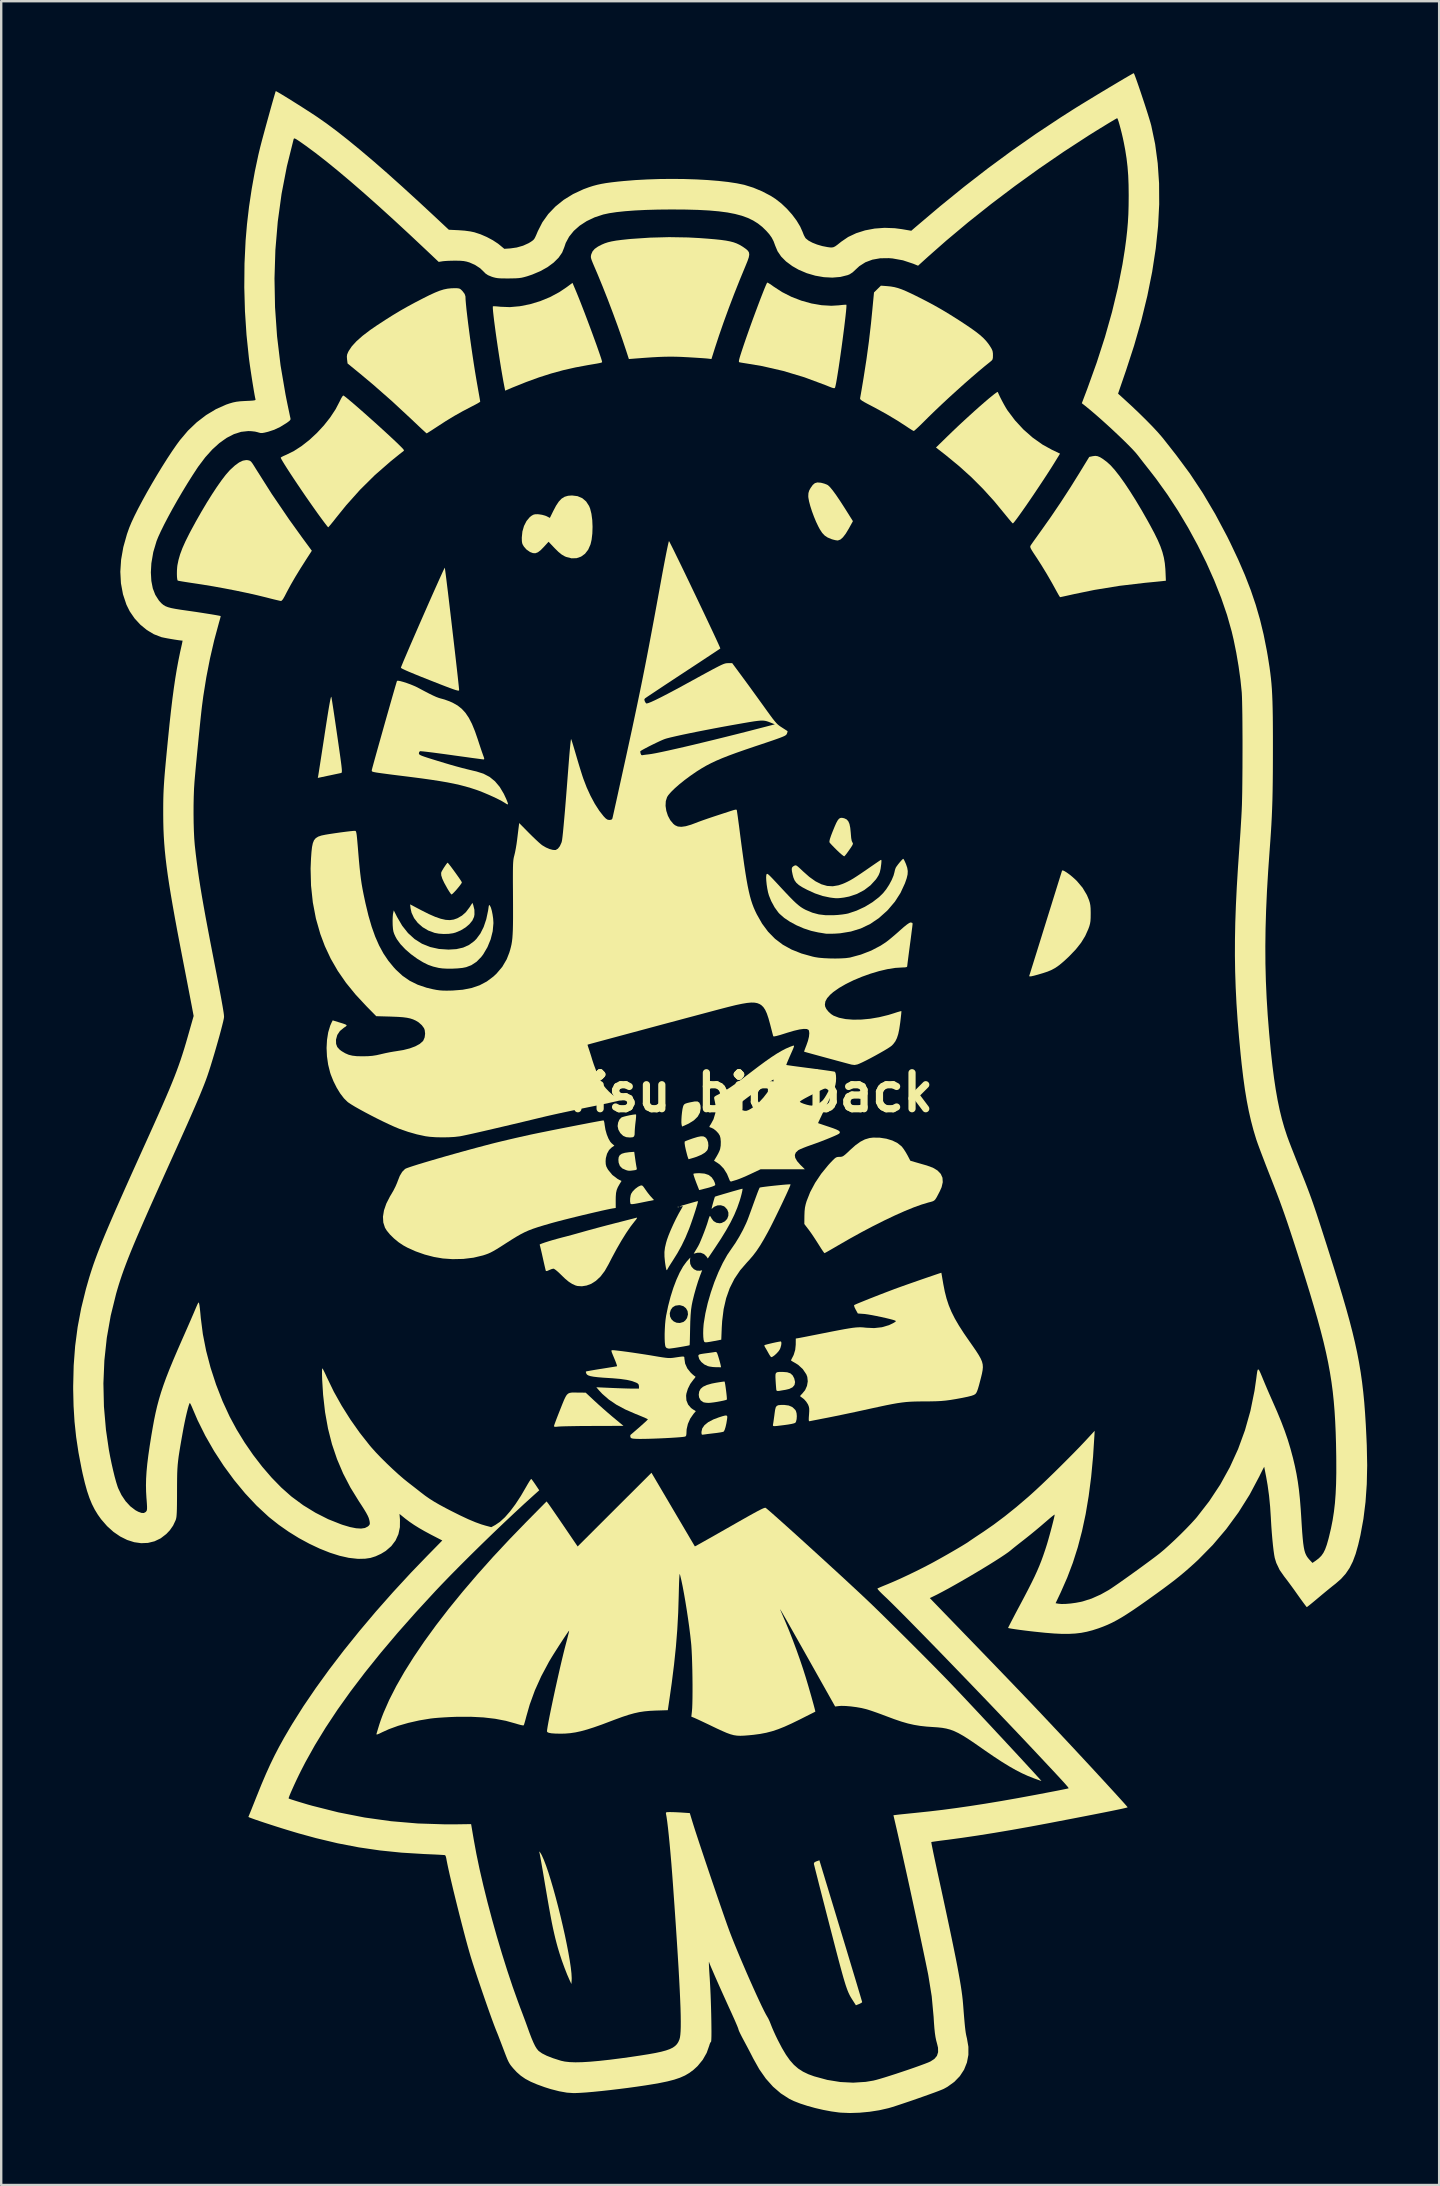
<source format=kicad_pcb>
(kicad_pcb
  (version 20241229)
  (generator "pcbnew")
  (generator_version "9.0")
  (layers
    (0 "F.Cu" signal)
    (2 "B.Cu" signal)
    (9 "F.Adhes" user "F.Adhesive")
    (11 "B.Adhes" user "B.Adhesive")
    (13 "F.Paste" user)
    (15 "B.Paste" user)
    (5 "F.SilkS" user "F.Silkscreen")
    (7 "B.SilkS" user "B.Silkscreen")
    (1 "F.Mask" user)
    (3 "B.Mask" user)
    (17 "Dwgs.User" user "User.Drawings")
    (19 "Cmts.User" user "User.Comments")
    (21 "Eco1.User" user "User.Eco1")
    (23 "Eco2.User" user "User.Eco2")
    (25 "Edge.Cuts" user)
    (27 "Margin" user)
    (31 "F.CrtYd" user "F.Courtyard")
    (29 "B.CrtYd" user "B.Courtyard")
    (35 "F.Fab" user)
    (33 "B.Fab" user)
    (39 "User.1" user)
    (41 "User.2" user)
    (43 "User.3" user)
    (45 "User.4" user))
  (footprint "kurisu big back"
    (layer "F.Cu")
    (at 26.964 42.484)
    (property "Reference" "kurisu big back" (at 0 0 0) (layer "F.SilkS") (effects (font (size 1.5 1.5) (thickness 0.3))))
    (attr board_only exclude_from_pos_files exclude_from_bom)
    (fp_poly (pts (xy -1.726 4.767) (xy -1.73 4.786) (xy -1.747 4.789) (xy -1.774 4.777) (xy -1.769 4.767) (xy -1.73 4.763)) (stroke (width 0) (type solid)) (fill yes) (layer "F.SilkS"))
    (fp_poly (pts (xy -0.646 3.383) (xy -0.479 3.439) (xy -0.352 3.537) (xy -0.264 3.666) (xy -0.223 3.759) (xy -0.203 3.834) (xy -0.204 3.861) (xy -0.241 3.888) (xy -0.329 3.923) (xy -0.454 3.963) (xy -0.546 3.987) (xy -0.872 4.069) (xy -1 3.742) (xy -1.05 3.607) (xy -1.088 3.494) (xy -1.11 3.417) (xy -1.112 3.39) (xy -1.074 3.378) (xy -0.989 3.369) (xy -0.875 3.365) (xy -0.861 3.365)) (stroke (width 0) (type solid)) (fill yes) (layer "F.SilkS"))
    (fp_poly (pts (xy -3.541 2.75) (xy -3.521 2.891) (xy -3.501 3.018) (xy -3.485 3.111) (xy -3.481 3.126) (xy -3.471 3.187) (xy -3.485 3.219) (xy -3.539 3.237) (xy -3.611 3.247) (xy -3.721 3.261) (xy -3.794 3.264) (xy -3.855 3.255) (xy -3.917 3.237) (xy -4.074 3.168) (xy -4.176 3.066) (xy -4.229 2.926) (xy -4.239 2.803) (xy -4.226 2.695) (xy -4.181 2.613) (xy -4.098 2.555) (xy -3.968 2.516) (xy -3.785 2.49) (xy -3.69 2.483) (xy -3.579 2.475)) (stroke (width 0) (type solid)) (fill yes) (layer "F.SilkS"))
    (fp_poly (pts (xy -3.24 3.885) (xy -3.197 3.928) (xy -3.135 4.015) (xy -3.122 4.035) (xy -3.036 4.156) (xy -2.94 4.279) (xy -2.88 4.348) (xy -2.756 4.483) (xy -3.237 4.581) (xy -3.426 4.619) (xy -3.561 4.643) (xy -3.651 4.655) (xy -3.705 4.654) (xy -3.731 4.643) (xy -3.736 4.635) (xy -3.752 4.54) (xy -3.749 4.414) (xy -3.729 4.29) (xy -3.709 4.227) (xy -3.643 4.125) (xy -3.54 4.02) (xy -3.421 3.931) (xy -3.329 3.886) (xy -3.28 3.874)) (stroke (width 0) (type solid)) (fill yes) (layer "F.SilkS"))
    (fp_poly (pts (xy -0.864 0.426) (xy -0.82 0.53) (xy -0.809 0.658) (xy -0.84 0.841) (xy -0.934 1.009) (xy -1.089 1.161) (xy -1.303 1.295) (xy -1.401 1.341) (xy -1.585 1.422) (xy -1.605 1.339) (xy -1.614 1.256) (xy -1.612 1.13) (xy -1.603 0.979) (xy -1.587 0.826) (xy -1.567 0.689) (xy -1.543 0.589) (xy -1.543 0.588) (xy -1.523 0.536) (xy -1.495 0.497) (xy -1.448 0.467) (xy -1.371 0.441) (xy -1.254 0.413) (xy -1.086 0.381) (xy -1.056 0.375) (xy -0.942 0.375)) (stroke (width 0) (type solid)) (fill yes) (layer "F.SilkS"))
    (fp_poly (pts (xy 2.539 10.38) (xy 2.556 10.436) (xy 2.547 10.531) (xy 2.516 10.643) (xy 2.493 10.7) (xy 2.442 10.781) (xy 2.363 10.87) (xy 2.275 10.952) (xy 2.192 11.012) (xy 2.133 11.034) (xy 2.105 11.008) (xy 2.059 10.94) (xy 2.015 10.864) (xy 1.956 10.758) (xy 1.903 10.666) (xy 1.876 10.623) (xy 1.847 10.565) (xy 1.846 10.537) (xy 1.884 10.521) (xy 1.969 10.497) (xy 2.083 10.469) (xy 2.211 10.439) (xy 2.336 10.412) (xy 2.444 10.391) (xy 2.517 10.38)) (stroke (width 0) (type solid)) (fill yes) (layer "F.SilkS"))
    (fp_poly (pts (xy 2.615 11.649) (xy 2.796 11.663) (xy 2.929 11.708) (xy 3.023 11.792) (xy 3.09 11.918) (xy 3.125 12.07) (xy 3.102 12.192) (xy 3.022 12.288) (xy 2.883 12.357) (xy 2.734 12.393) (xy 2.612 12.413) (xy 2.503 12.432) (xy 2.45 12.441) (xy 2.376 12.44) (xy 2.347 12.416) (xy 2.34 12.369) (xy 2.332 12.272) (xy 2.322 12.142) (xy 2.315 12.032) (xy 2.307 11.87) (xy 2.308 11.761) (xy 2.328 11.695) (xy 2.375 11.662) (xy 2.458 11.65) (xy 2.584 11.648)) (stroke (width 0) (type solid)) (fill yes) (layer "F.SilkS"))
    (fp_poly (pts (xy -0.145 10.831) (xy -0.118 10.879) (xy -0.086 10.972) (xy -0.068 11.031) (xy -0.03 11.159) (xy 0.002 11.276) (xy 0.021 11.356) (xy 0.04 11.454) (xy -0.166 11.452) (xy -0.303 11.444) (xy -0.439 11.424) (xy -0.513 11.406) (xy -0.659 11.337) (xy -0.782 11.236) (xy -0.868 11.116) (xy -0.905 10.992) (xy -0.906 10.975) (xy -0.898 10.945) (xy -0.867 10.922) (xy -0.801 10.904) (xy -0.688 10.886) (xy -0.607 10.875) (xy -0.464 10.856) (xy -0.337 10.838) (xy -0.246 10.824) (xy -0.222 10.82) (xy -0.177 10.815)) (stroke (width 0) (type solid)) (fill yes) (layer "F.SilkS"))
    (fp_poly (pts (xy 0.295 13.491) (xy 0.299 13.547) (xy 0.289 13.63) (xy 0.261 13.799) (xy 0.227 13.947) (xy 0.191 14.061) (xy 0.157 14.128) (xy 0.15 14.135) (xy 0.104 14.151) (xy 0.009 14.17) (xy -0.12 14.189) (xy -0.226 14.202) (xy -0.38 14.22) (xy -0.521 14.237) (xy -0.628 14.252) (xy -0.671 14.258) (xy -0.739 14.266) (xy -0.769 14.248) (xy -0.776 14.187) (xy -0.777 14.151) (xy -0.745 14.005) (xy -0.65 13.868) (xy -0.495 13.742) (xy -0.28 13.629) (xy -0.052 13.543) (xy 0.103 13.494) (xy 0.207 13.467) (xy 0.267 13.465)) (stroke (width 0) (type solid)) (fill yes) (layer "F.SilkS"))
    (fp_poly (pts (xy -0.696 1.832) (xy -0.619 1.868) (xy -0.558 1.936) (xy -0.548 1.953) (xy -0.5 2.077) (xy -0.488 2.219) (xy -0.51 2.352) (xy -0.538 2.413) (xy -0.631 2.507) (xy -0.78 2.598) (xy -0.977 2.681) (xy -1.079 2.715) (xy -1.19 2.748) (xy -1.273 2.772) (xy -1.312 2.783) (xy -1.313 2.783) (xy -1.327 2.754) (xy -1.352 2.681) (xy -1.372 2.613) (xy -1.425 2.408) (xy -1.461 2.243) (xy -1.478 2.122) (xy -1.476 2.054) (xy -1.47 2.043) (xy -1.428 2.023) (xy -1.339 1.988) (xy -1.218 1.944) (xy -1.126 1.912) (xy -0.939 1.855) (xy -0.799 1.828)) (stroke (width 0) (type solid)) (fill yes) (layer "F.SilkS"))
    (fp_poly (pts (xy -3.504 0.918) (xy -3.5 0.956) (xy -3.504 1.043) (xy -3.515 1.162) (xy -3.523 1.223) (xy -3.54 1.371) (xy -3.552 1.511) (xy -3.559 1.62) (xy -3.559 1.642) (xy -3.564 1.763) (xy -3.587 1.834) (xy -3.64 1.867) (xy -3.736 1.876) (xy -3.768 1.877) (xy -3.913 1.863) (xy -4.027 1.815) (xy -4.045 1.804) (xy -4.159 1.694) (xy -4.239 1.554) (xy -4.271 1.407) (xy -4.271 1.399) (xy -4.251 1.257) (xy -4.199 1.135) (xy -4.122 1.051) (xy -4.087 1.033) (xy -4.002 1.006) (xy -3.89 0.978) (xy -3.767 0.951) (xy -3.651 0.93) (xy -3.559 0.917) (xy -3.508 0.916)) (stroke (width 0) (type solid)) (fill yes) (layer "F.SilkS"))
    (fp_poly (pts (xy 2.862 13.049) (xy 3.019 13.12) (xy 3.134 13.232) (xy 3.159 13.275) (xy 3.188 13.371) (xy 3.198 13.493) (xy 3.19 13.617) (xy 3.165 13.72) (xy 3.136 13.768) (xy 3.083 13.791) (xy 2.976 13.817) (xy 2.825 13.843) (xy 2.68 13.863) (xy 2.493 13.886) (xy 2.36 13.902) (xy 2.274 13.908) (xy 2.225 13.904) (xy 2.204 13.889) (xy 2.202 13.862) (xy 2.209 13.821) (xy 2.211 13.808) (xy 2.224 13.73) (xy 2.241 13.608) (xy 2.261 13.463) (xy 2.271 13.386) (xy 2.293 13.23) (xy 2.319 13.126) (xy 2.361 13.065) (xy 2.43 13.035) (xy 2.54 13.025) (xy 2.67 13.024)) (stroke (width 0) (type solid)) (fill yes) (layer "F.SilkS"))
    (fp_poly (pts (xy -11.331 -9.551) (xy -11.276 -9.483) (xy -11.2 -9.385) (xy -11.112 -9.266) (xy -11.02 -9.139) (xy -10.931 -9.014) (xy -10.853 -8.902) (xy -10.795 -8.814) (xy -10.765 -8.762) (xy -10.763 -8.755) (xy -10.782 -8.714) (xy -10.833 -8.641) (xy -10.907 -8.548) (xy -10.99 -8.449) (xy -11.073 -8.358) (xy -11.142 -8.288) (xy -11.188 -8.253) (xy -11.194 -8.251) (xy -11.222 -8.277) (xy -11.272 -8.347) (xy -11.337 -8.449) (xy -11.373 -8.51) (xy -11.496 -8.732) (xy -11.579 -8.909) (xy -11.622 -9.046) (xy -11.627 -9.148) (xy -11.616 -9.188) (xy -11.579 -9.258) (xy -11.525 -9.348) (xy -11.464 -9.44) (xy -11.409 -9.519) (xy -11.369 -9.568) (xy -11.357 -9.576)) (stroke (width 0) (type solid)) (fill yes) (layer "F.SilkS"))
    (fp_poly (pts (xy 0.198 12.088) (xy 0.214 12.174) (xy 0.231 12.291) (xy 0.249 12.425) (xy 0.265 12.558) (xy 0.277 12.676) (xy 0.283 12.762) (xy 0.282 12.801) (xy 0.281 12.802) (xy 0.237 12.82) (xy 0.144 12.844) (xy 0.019 12.87) (xy -0.122 12.896) (xy -0.263 12.918) (xy -0.387 12.933) (xy -0.479 12.94) (xy -0.485 12.94) (xy -0.59 12.933) (xy -0.677 12.918) (xy -0.696 12.912) (xy -0.809 12.834) (xy -0.874 12.714) (xy -0.89 12.602) (xy -0.871 12.467) (xy -0.813 12.356) (xy -0.709 12.266) (xy -0.555 12.194) (xy -0.346 12.134) (xy -0.17 12.1) (xy -0.029 12.077) (xy 0.087 12.06) (xy 0.162 12.05) (xy 0.186 12.05)) (stroke (width 0) (type solid)) (fill yes) (layer "F.SilkS"))
    (fp_poly (pts (xy -10.289 -7.812) (xy -10.241 -7.616) (xy -10.238 -7.417) (xy -10.256 -7.317) (xy -10.327 -7.163) (xy -10.451 -7.012) (xy -10.616 -6.873) (xy -10.811 -6.755) (xy -11.023 -6.666) (xy -11.131 -6.636) (xy -11.309 -6.611) (xy -11.518 -6.605) (xy -11.726 -6.619) (xy -11.899 -6.651) (xy -12.164 -6.749) (xy -12.401 -6.89) (xy -12.6 -7.065) (xy -12.756 -7.268) (xy -12.86 -7.49) (xy -12.901 -7.672) (xy -12.92 -7.839) (xy -12.454 -7.594) (xy -12.142 -7.437) (xy -11.874 -7.319) (xy -11.642 -7.239) (xy -11.441 -7.194) (xy -11.264 -7.183) (xy -11.104 -7.206) (xy -10.953 -7.259) (xy -10.953 -7.259) (xy -10.758 -7.371) (xy -10.597 -7.513) (xy -10.453 -7.703) (xy -10.446 -7.712) (xy -10.323 -7.903)) (stroke (width 0) (type solid)) (fill yes) (layer "F.SilkS"))
    (fp_poly (pts (xy -5.921 12.51) (xy -5.915 12.51) (xy -5.602 12.513) (xy -5.236 12.855) (xy -5.072 13.005) (xy -4.88 13.176) (xy -4.68 13.351) (xy -4.494 13.51) (xy -4.449 13.547) (xy -4.028 13.897) (xy -5.291 13.901) (xy -5.578 13.902) (xy -5.853 13.904) (xy -6.106 13.908) (xy -6.328 13.912) (xy -6.513 13.916) (xy -6.65 13.921) (xy -6.732 13.926) (xy -6.739 13.927) (xy -6.848 13.937) (xy -6.905 13.933) (xy -6.924 13.911) (xy -6.924 13.908) (xy -6.913 13.866) (xy -6.88 13.774) (xy -6.831 13.641) (xy -6.767 13.475) (xy -6.693 13.287) (xy -6.662 13.209) (xy -6.574 12.987) (xy -6.504 12.817) (xy -6.445 12.693) (xy -6.391 12.606) (xy -6.333 12.552) (xy -6.265 12.522) (xy -6.178 12.509) (xy -6.066 12.508)) (stroke (width 0) (type solid)) (fill yes) (layer "F.SilkS"))
    (fp_poly (pts (xy 4.187 -25.415) (xy 4.229 -25.407) (xy 4.347 -25.375) (xy 4.45 -25.335) (xy 4.498 -25.309) (xy 4.583 -25.228) (xy 4.696 -25.091) (xy 4.837 -24.898) (xy 5.005 -24.649) (xy 5.2 -24.347) (xy 5.219 -24.317) (xy 5.536 -23.812) (xy 5.365 -23.502) (xy 5.237 -23.29) (xy 5.12 -23.138) (xy 5.013 -23.044) (xy 4.912 -23.008) (xy 4.893 -23.007) (xy 4.812 -23.018) (xy 4.701 -23.045) (xy 4.638 -23.065) (xy 4.483 -23.13) (xy 4.361 -23.211) (xy 4.256 -23.322) (xy 4.155 -23.476) (xy 4.097 -23.584) (xy 4.002 -23.782) (xy 3.912 -24) (xy 3.829 -24.224) (xy 3.76 -24.439) (xy 3.709 -24.632) (xy 3.68 -24.789) (xy 3.675 -24.852) (xy 3.682 -24.981) (xy 3.713 -25.086) (xy 3.77 -25.191) (xy 3.862 -25.321) (xy 3.951 -25.396) (xy 4.054 -25.425)) (stroke (width 0) (type solid)) (fill yes) (layer "F.SilkS"))
    (fp_poly (pts (xy 5.155 -11.432) (xy 5.182 -11.424) (xy 5.274 -11.38) (xy 5.342 -11.305) (xy 5.392 -11.191) (xy 5.425 -11.029) (xy 5.447 -10.812) (xy 5.448 -10.794) (xy 5.464 -10.607) (xy 5.487 -10.483) (xy 5.516 -10.42) (xy 5.535 -10.39) (xy 5.534 -10.353) (xy 5.509 -10.297) (xy 5.455 -10.211) (xy 5.385 -10.11) (xy 5.305 -9.998) (xy 5.237 -9.908) (xy 5.189 -9.853) (xy 5.175 -9.842) (xy 5.141 -9.859) (xy 5.071 -9.913) (xy 4.976 -9.996) (xy 4.866 -10.1) (xy 4.866 -10.1) (xy 4.755 -10.211) (xy 4.66 -10.309) (xy 4.591 -10.384) (xy 4.56 -10.423) (xy 4.557 -10.473) (xy 4.578 -10.567) (xy 4.627 -10.711) (xy 4.686 -10.864) (xy 4.772 -11.075) (xy 4.841 -11.231) (xy 4.901 -11.34) (xy 4.956 -11.408) (xy 5.013 -11.441) (xy 5.078 -11.447)) (stroke (width 0) (type solid)) (fill yes) (layer "F.SilkS"))
    (fp_poly (pts (xy -16.203 -16.485) (xy -16.193 -16.434) (xy -16.175 -16.326) (xy -16.15 -16.167) (xy -16.119 -15.965) (xy -16.083 -15.725) (xy -16.043 -15.455) (xy -16 -15.161) (xy -15.956 -14.859) (xy -15.905 -14.507) (xy -15.863 -14.213) (xy -15.829 -13.973) (xy -15.803 -13.78) (xy -15.784 -13.63) (xy -15.772 -13.517) (xy -15.765 -13.436) (xy -15.765 -13.381) (xy -15.769 -13.346) (xy -15.777 -13.327) (xy -15.79 -13.318) (xy -15.803 -13.314) (xy -15.859 -13.302) (xy -15.964 -13.28) (xy -16.105 -13.25) (xy -16.268 -13.215) (xy -16.319 -13.205) (xy -16.768 -13.11) (xy -16.751 -13.196) (xy -16.743 -13.244) (xy -16.726 -13.35) (xy -16.702 -13.507) (xy -16.67 -13.709) (xy -16.633 -13.949) (xy -16.591 -14.221) (xy -16.545 -14.518) (xy -16.496 -14.835) (xy -16.482 -14.932) (xy -16.422 -15.318) (xy -16.371 -15.643) (xy -16.328 -15.91) (xy -16.292 -16.123) (xy -16.262 -16.285) (xy -16.239 -16.398) (xy -16.222 -16.466) (xy -16.21 -16.492)) (stroke (width 0) (type solid)) (fill yes) (layer "F.SilkS"))
    (fp_poly (pts (xy -7.496 31.685) (xy -7.452 31.757) (xy -7.43 31.799) (xy -7.347 31.984) (xy -7.256 32.222) (xy -7.159 32.505) (xy -7.059 32.825) (xy -6.956 33.175) (xy -6.853 33.547) (xy -6.751 33.935) (xy -6.652 34.331) (xy -6.559 34.728) (xy -6.471 35.118) (xy -6.393 35.495) (xy -6.324 35.85) (xy -6.267 36.177) (xy -6.224 36.467) (xy -6.196 36.715) (xy -6.185 36.912) (xy -6.187 36.991) (xy -6.197 37.162) (xy -6.273 37) (xy -6.376 36.764) (xy -6.485 36.485) (xy -6.594 36.185) (xy -6.693 35.884) (xy -6.765 35.644) (xy -6.818 35.451) (xy -6.868 35.257) (xy -6.916 35.054) (xy -6.965 34.834) (xy -7.015 34.592) (xy -7.067 34.318) (xy -7.124 34.006) (xy -7.187 33.648) (xy -7.257 33.238) (xy -7.296 33.011) (xy -7.343 32.731) (xy -7.387 32.47) (xy -7.428 32.236) (xy -7.463 32.034) (xy -7.492 31.873) (xy -7.513 31.759) (xy -7.526 31.699) (xy -7.527 31.693) (xy -7.541 31.645) (xy -7.528 31.645)) (stroke (width 0) (type solid)) (fill yes) (layer "F.SilkS"))
    (fp_poly (pts (xy -0.925 4.559) (xy -0.944 4.638) (xy -0.979 4.757) (xy -1.024 4.906) (xy -1.078 5.073) (xy -1.137 5.249) (xy -1.197 5.423) (xy -1.255 5.585) (xy -1.294 5.689) (xy -1.446 6.055) (xy -1.604 6.384) (xy -1.781 6.703) (xy -1.969 7.004) (xy -2.055 7.138) (xy -2.127 7.252) (xy -2.177 7.337) (xy -2.2 7.381) (xy -2.2 7.384) (xy -2.224 7.41) (xy -2.226 7.41) (xy -2.241 7.38) (xy -2.26 7.299) (xy -2.28 7.18) (xy -2.296 7.072) (xy -2.318 6.843) (xy -2.32 6.65) (xy -2.297 6.465) (xy -2.25 6.264) (xy -2.212 6.136) (xy -2.148 5.957) (xy -2.059 5.74) (xy -1.954 5.506) (xy -1.842 5.273) (xy -1.731 5.06) (xy -1.672 4.955) (xy -1.614 4.855) (xy -1.572 4.779) (xy -1.553 4.743) (xy -1.553 4.742) (xy -1.58 4.739) (xy -1.626 4.748) (xy -1.675 4.756) (xy -1.683 4.749) (xy -1.649 4.736) (xy -1.568 4.71) (xy -1.454 4.676) (xy -1.323 4.638) (xy -1.19 4.6) (xy -1.07 4.566) (xy -0.977 4.541) (xy -0.927 4.53) (xy -0.924 4.53)) (stroke (width 0) (type solid)) (fill yes) (layer "F.SilkS"))
    (fp_poly (pts (xy 11.575 -29.195) (xy 11.612 -29.107) (xy 11.672 -28.98) (xy 11.748 -28.832) (xy 11.829 -28.681) (xy 11.908 -28.543) (xy 11.974 -28.436) (xy 11.976 -28.433) (xy 12.29 -28.015) (xy 12.643 -27.633) (xy 13.027 -27.295) (xy 13.434 -27.006) (xy 13.827 -26.789) (xy 14.169 -26.626) (xy 13.956 -26.28) (xy 13.831 -26.079) (xy 13.689 -25.857) (xy 13.535 -25.62) (xy 13.373 -25.375) (xy 13.207 -25.126) (xy 13.042 -24.88) (xy 12.88 -24.642) (xy 12.726 -24.419) (xy 12.584 -24.217) (xy 12.459 -24.041) (xy 12.354 -23.897) (xy 12.273 -23.792) (xy 12.22 -23.731) (xy 12.202 -23.717) (xy 12.174 -23.741) (xy 12.115 -23.808) (xy 12.031 -23.907) (xy 11.931 -24.029) (xy 11.889 -24.081) (xy 11.426 -24.643) (xy 10.961 -25.156) (xy 10.481 -25.637) (xy 9.97 -26.099) (xy 9.414 -26.557) (xy 9.312 -26.637) (xy 8.998 -26.881) (xy 9.474 -27.346) (xy 9.692 -27.557) (xy 9.918 -27.772) (xy 10.148 -27.986) (xy 10.377 -28.196) (xy 10.599 -28.397) (xy 10.811 -28.586) (xy 11.006 -28.756) (xy 11.18 -28.905) (xy 11.329 -29.028) (xy 11.447 -29.121) (xy 11.529 -29.179) (xy 11.571 -29.198)) (stroke (width 0) (type solid)) (fill yes) (layer "F.SilkS"))
    (fp_poly (pts (xy -5.942 -24.854) (xy -5.745 -24.77) (xy -5.584 -24.633) (xy -5.462 -24.445) (xy -5.418 -24.339) (xy -5.363 -24.119) (xy -5.328 -23.858) (xy -5.316 -23.577) (xy -5.325 -23.296) (xy -5.356 -23.036) (xy -5.401 -22.844) (xy -5.498 -22.623) (xy -5.631 -22.452) (xy -5.795 -22.333) (xy -5.984 -22.269) (xy -6.191 -22.263) (xy -6.411 -22.319) (xy -6.471 -22.344) (xy -6.6 -22.418) (xy -6.74 -22.532) (xy -6.899 -22.689) (xy -7.149 -22.953) (xy -7.345 -22.739) (xy -7.48 -22.601) (xy -7.593 -22.515) (xy -7.695 -22.476) (xy -7.797 -22.479) (xy -7.91 -22.521) (xy -7.92 -22.525) (xy -8.07 -22.629) (xy -8.17 -22.742) (xy -8.22 -22.821) (xy -8.249 -22.892) (xy -8.262 -22.978) (xy -8.265 -23.102) (xy -8.265 -23.13) (xy -8.24 -23.38) (xy -8.173 -23.612) (xy -8.069 -23.816) (xy -7.935 -23.977) (xy -7.862 -24.035) (xy -7.786 -24.079) (xy -7.71 -24.099) (xy -7.608 -24.101) (xy -7.554 -24.097) (xy -7.421 -24.077) (xy -7.291 -24.041) (xy -7.227 -24.015) (xy -7.095 -23.947) (xy -6.957 -24.229) (xy -6.837 -24.457) (xy -6.723 -24.628) (xy -6.607 -24.75) (xy -6.481 -24.828) (xy -6.337 -24.87) (xy -6.172 -24.882)) (stroke (width 0) (type solid)) (fill yes) (layer "F.SilkS"))
    (fp_poly (pts (xy 6.726 -9.661) (xy 6.722 -9.582) (xy 6.715 -9.509) (xy 6.69 -9.322) (xy 6.657 -9.178) (xy 6.608 -9.058) (xy 6.535 -8.938) (xy 6.485 -8.869) (xy 6.268 -8.633) (xy 6.005 -8.433) (xy 5.706 -8.275) (xy 5.381 -8.166) (xy 5.167 -8.124) (xy 5.02 -8.105) (xy 4.912 -8.096) (xy 4.815 -8.097) (xy 4.705 -8.108) (xy 4.578 -8.125) (xy 4.273 -8.189) (xy 3.955 -8.297) (xy 3.633 -8.444) (xy 3.434 -8.549) (xy 3.286 -8.643) (xy 3.18 -8.736) (xy 3.106 -8.838) (xy 3.055 -8.959) (xy 3.024 -9.076) (xy 2.995 -9.218) (xy 2.986 -9.312) (xy 2.998 -9.372) (xy 3.034 -9.414) (xy 3.085 -9.446) (xy 3.123 -9.463) (xy 3.158 -9.465) (xy 3.201 -9.446) (xy 3.261 -9.398) (xy 3.35 -9.317) (xy 3.445 -9.226) (xy 3.719 -8.984) (xy 3.976 -8.801) (xy 4.221 -8.677) (xy 4.46 -8.608) (xy 4.696 -8.594) (xy 4.934 -8.634) (xy 5.095 -8.688) (xy 5.212 -8.737) (xy 5.321 -8.789) (xy 5.434 -8.848) (xy 5.559 -8.922) (xy 5.705 -9.016) (xy 5.884 -9.135) (xy 6.103 -9.285) (xy 6.148 -9.316) (xy 6.308 -9.427) (xy 6.452 -9.526) (xy 6.571 -9.607) (xy 6.654 -9.663) (xy 6.693 -9.689) (xy 6.716 -9.693)) (stroke (width 0) (type solid)) (fill yes) (layer "F.SilkS"))
    (fp_poly (pts (xy 14.355 -9.225) (xy 14.453 -9.164) (xy 14.569 -9.08) (xy 14.693 -8.978) (xy 14.817 -8.866) (xy 14.872 -8.812) (xy 15.109 -8.531) (xy 15.289 -8.228) (xy 15.374 -8.024) (xy 15.409 -7.914) (xy 15.431 -7.806) (xy 15.443 -7.682) (xy 15.447 -7.521) (xy 15.447 -7.442) (xy 15.445 -7.271) (xy 15.437 -7.143) (xy 15.42 -7.038) (xy 15.392 -6.933) (xy 15.347 -6.808) (xy 15.344 -6.801) (xy 15.216 -6.517) (xy 15.047 -6.242) (xy 14.83 -5.967) (xy 14.559 -5.683) (xy 14.516 -5.641) (xy 14.315 -5.456) (xy 14.143 -5.312) (xy 13.985 -5.2) (xy 13.827 -5.112) (xy 13.656 -5.039) (xy 13.458 -4.973) (xy 13.433 -4.966) (xy 13.226 -4.905) (xy 13.074 -4.864) (xy 12.97 -4.841) (xy 12.91 -4.836) (xy 12.885 -4.846) (xy 12.886 -4.862) (xy 12.898 -4.899) (xy 12.928 -4.992) (xy 12.973 -5.138) (xy 13.033 -5.329) (xy 13.106 -5.563) (xy 13.19 -5.832) (xy 13.284 -6.133) (xy 13.386 -6.461) (xy 13.494 -6.809) (xy 13.57 -7.054) (xy 13.682 -7.414) (xy 13.789 -7.756) (xy 13.888 -8.075) (xy 13.979 -8.367) (xy 14.059 -8.625) (xy 14.128 -8.846) (xy 14.183 -9.023) (xy 14.224 -9.153) (xy 14.248 -9.229) (xy 14.254 -9.247) (xy 14.286 -9.255)) (stroke (width 0) (type solid)) (fill yes) (layer "F.SilkS"))
    (fp_poly (pts (xy -11.467 -21.829) (xy -11.454 -21.728) (xy -11.434 -21.575) (xy -11.409 -21.377) (xy -11.38 -21.138) (xy -11.346 -20.865) (xy -11.31 -20.564) (xy -11.272 -20.242) (xy -11.232 -19.903) (xy -11.191 -19.554) (xy -11.15 -19.202) (xy -11.109 -18.851) (xy -11.069 -18.508) (xy -11.031 -18.179) (xy -10.996 -17.871) (xy -10.964 -17.588) (xy -10.936 -17.337) (xy -10.913 -17.124) (xy -10.895 -16.955) (xy -10.883 -16.836) (xy -10.878 -16.772) (xy -10.878 -16.764) (xy -10.886 -16.751) (xy -10.91 -16.748) (xy -10.954 -16.755) (xy -11.024 -16.774) (xy -11.124 -16.807) (xy -11.261 -16.857) (xy -11.439 -16.924) (xy -11.664 -17.011) (xy -11.941 -17.12) (xy -12.101 -17.183) (xy -12.443 -17.318) (xy -12.725 -17.433) (xy -12.95 -17.526) (xy -13.118 -17.6) (xy -13.232 -17.654) (xy -13.293 -17.689) (xy -13.304 -17.704) (xy -13.287 -17.754) (xy -13.246 -17.854) (xy -13.186 -18) (xy -13.107 -18.185) (xy -13.013 -18.404) (xy -12.907 -18.652) (xy -12.79 -18.921) (xy -12.665 -19.208) (xy -12.536 -19.505) (xy -12.403 -19.808) (xy -12.27 -20.11) (xy -12.14 -20.406) (xy -12.014 -20.691) (xy -11.895 -20.958) (xy -11.786 -21.201) (xy -11.69 -21.416) (xy -11.608 -21.596) (xy -11.544 -21.736) (xy -11.499 -21.829) (xy -11.477 -21.871) (xy -11.475 -21.872)) (stroke (width 0) (type solid)) (fill yes) (layer "F.SilkS"))
    (fp_poly (pts (xy -5.999 -33.382) (xy -5.926 -33.204) (xy -5.841 -32.992) (xy -5.748 -32.754) (xy -5.648 -32.496) (xy -5.546 -32.226) (xy -5.443 -31.952) (xy -5.342 -31.68) (xy -5.246 -31.417) (xy -5.157 -31.172) (xy -5.079 -30.95) (xy -5.013 -30.76) (xy -4.962 -30.608) (xy -4.93 -30.502) (xy -4.918 -30.45) (xy -4.918 -30.449) (xy -4.921 -30.437) (xy -4.936 -30.425) (xy -4.97 -30.414) (xy -5.034 -30.399) (xy -5.134 -30.38) (xy -5.281 -30.355) (xy -5.482 -30.321) (xy -5.501 -30.318) (xy -6.033 -30.219) (xy -6.544 -30.103) (xy -7.047 -29.965) (xy -7.557 -29.802) (xy -8.086 -29.609) (xy -8.649 -29.383) (xy -8.839 -29.302) (xy -8.958 -29.251) (xy -8.992 -29.421) (xy -9.034 -29.641) (xy -9.078 -29.892) (xy -9.125 -30.166) (xy -9.172 -30.457) (xy -9.219 -30.758) (xy -9.265 -31.061) (xy -9.309 -31.36) (xy -9.35 -31.648) (xy -9.386 -31.917) (xy -9.418 -32.162) (xy -9.443 -32.374) (xy -9.462 -32.548) (xy -9.472 -32.676) (xy -9.473 -32.751) (xy -9.469 -32.767) (xy -9.433 -32.77) (xy -9.347 -32.766) (xy -9.227 -32.756) (xy -9.152 -32.748) (xy -8.761 -32.733) (xy -8.347 -32.77) (xy -7.923 -32.854) (xy -7.499 -32.982) (xy -7.088 -33.151) (xy -6.701 -33.358) (xy -6.416 -33.549) (xy -6.152 -33.744)) (stroke (width 0) (type solid)) (fill yes) (layer "F.SilkS"))
    (fp_poly (pts (xy 4.219 32.27) (xy 4.241 32.341) (xy 4.279 32.469) (xy 4.334 32.648) (xy 4.402 32.875) (xy 4.484 33.143) (xy 4.576 33.448) (xy 4.678 33.784) (xy 4.788 34.147) (xy 4.904 34.531) (xy 5.025 34.931) (xy 5.11 35.211) (xy 5.232 35.613) (xy 5.348 35.998) (xy 5.457 36.36) (xy 5.558 36.695) (xy 5.65 36.999) (xy 5.73 37.268) (xy 5.798 37.496) (xy 5.853 37.679) (xy 5.892 37.814) (xy 5.916 37.894) (xy 5.921 37.916) (xy 5.894 37.944) (xy 5.825 37.981) (xy 5.791 37.996) (xy 5.661 38.047) (xy 5.543 37.863) (xy 5.499 37.794) (xy 5.459 37.73) (xy 5.421 37.665) (xy 5.386 37.596) (xy 5.35 37.52) (xy 5.314 37.432) (xy 5.276 37.329) (xy 5.234 37.207) (xy 5.189 37.061) (xy 5.138 36.889) (xy 5.081 36.686) (xy 5.016 36.448) (xy 4.942 36.172) (xy 4.858 35.853) (xy 4.763 35.488) (xy 4.656 35.074) (xy 4.535 34.605) (xy 4.399 34.079) (xy 4.356 33.91) (xy 4.273 33.588) (xy 4.195 33.283) (xy 4.123 33.003) (xy 4.06 32.752) (xy 4.005 32.537) (xy 3.961 32.363) (xy 3.93 32.237) (xy 3.912 32.165) (xy 3.909 32.15) (xy 3.921 32.101) (xy 3.983 32.061) (xy 4.019 32.047) (xy 4.139 32.005)) (stroke (width 0) (type solid)) (fill yes) (layer "F.SilkS"))
    (fp_poly (pts (xy -9.609 -7.806) (xy -9.592 -7.784) (xy -9.552 -7.702) (xy -9.515 -7.573) (xy -9.483 -7.415) (xy -9.459 -7.247) (xy -9.449 -7.086) (xy -9.448 -7.054) (xy -9.478 -6.72) (xy -9.563 -6.382) (xy -9.697 -6.055) (xy -9.874 -5.755) (xy -9.956 -5.647) (xy -10.151 -5.447) (xy -10.369 -5.304) (xy -10.584 -5.222) (xy -10.737 -5.191) (xy -10.933 -5.171) (xy -11.152 -5.16) (xy -11.373 -5.159) (xy -11.576 -5.17) (xy -11.729 -5.191) (xy -11.96 -5.246) (xy -12.17 -5.32) (xy -12.379 -5.424) (xy -12.61 -5.565) (xy -12.622 -5.572) (xy -12.886 -5.764) (xy -13.122 -5.969) (xy -13.32 -6.179) (xy -13.47 -6.383) (xy -13.527 -6.485) (xy -13.581 -6.602) (xy -13.615 -6.702) (xy -13.634 -6.809) (xy -13.645 -6.946) (xy -13.648 -7.019) (xy -13.65 -7.171) (xy -13.645 -7.314) (xy -13.636 -7.426) (xy -13.63 -7.458) (xy -13.601 -7.588) (xy -13.463 -7.313) (xy -13.251 -6.95) (xy -13.008 -6.643) (xy -12.734 -6.394) (xy -12.428 -6.2) (xy -12.09 -6.063) (xy -11.719 -5.981) (xy -11.317 -5.954) (xy -10.991 -5.974) (xy -10.709 -6.038) (xy -10.465 -6.148) (xy -10.251 -6.306) (xy -10.158 -6.399) (xy -9.993 -6.622) (xy -9.854 -6.898) (xy -9.746 -7.219) (xy -9.67 -7.578) (xy -9.657 -7.667) (xy -9.643 -7.765) (xy -9.629 -7.808)) (stroke (width 0) (type solid)) (fill yes) (layer "F.SilkS"))
    (fp_poly (pts (xy -19.696 -26.354) (xy -19.635 -26.342) (xy -19.587 -26.323) (xy -19.542 -26.284) (xy -19.491 -26.217) (xy -19.423 -26.111) (xy -19.367 -26.02) (xy -18.687 -24.946) (xy -17.96 -23.878) (xy -17.418 -23.124) (xy -17.017 -22.579) (xy -17.24 -22.234) (xy -17.489 -21.843) (xy -17.705 -21.49) (xy -17.895 -21.161) (xy -18.066 -20.844) (xy -18.148 -20.684) (xy -18.22 -20.559) (xy -18.277 -20.495) (xy -18.306 -20.485) (xy -18.355 -20.494) (xy -18.455 -20.517) (xy -18.594 -20.55) (xy -18.762 -20.592) (xy -18.912 -20.631) (xy -19.292 -20.724) (xy -19.719 -20.82) (xy -20.178 -20.916) (xy -20.652 -21.008) (xy -21.124 -21.094) (xy -21.579 -21.169) (xy -21.82 -21.206) (xy -22.036 -21.238) (xy -22.23 -21.268) (xy -22.393 -21.294) (xy -22.516 -21.315) (xy -22.59 -21.33) (xy -22.608 -21.335) (xy -22.625 -21.385) (xy -22.637 -21.483) (xy -22.641 -21.611) (xy -22.639 -21.754) (xy -22.629 -21.893) (xy -22.62 -21.97) (xy -22.574 -22.196) (xy -22.506 -22.432) (xy -22.411 -22.686) (xy -22.285 -22.969) (xy -22.124 -23.291) (xy -22.07 -23.394) (xy -21.846 -23.806) (xy -21.62 -24.203) (xy -21.398 -24.577) (xy -21.182 -24.923) (xy -20.976 -25.236) (xy -20.784 -25.509) (xy -20.611 -25.736) (xy -20.458 -25.911) (xy -20.42 -25.951) (xy -20.222 -26.133) (xy -20.048 -26.259) (xy -19.893 -26.333) (xy -19.753 -26.358)) (stroke (width 0) (type solid)) (fill yes) (layer "F.SilkS"))
    (fp_poly (pts (xy 15.733 -26.52) (xy 15.836 -26.478) (xy 15.96 -26.401) (xy 16.116 -26.284) (xy 16.133 -26.27) (xy 16.283 -26.132) (xy 16.455 -25.939) (xy 16.648 -25.693) (xy 16.859 -25.399) (xy 17.084 -25.06) (xy 17.323 -24.681) (xy 17.572 -24.265) (xy 17.828 -23.815) (xy 17.923 -23.642) (xy 18.1 -23.311) (xy 18.242 -23.022) (xy 18.353 -22.763) (xy 18.436 -22.524) (xy 18.496 -22.294) (xy 18.536 -22.062) (xy 18.559 -21.817) (xy 18.564 -21.722) (xy 18.581 -21.329) (xy 18.407 -21.31) (xy 18.313 -21.3) (xy 18.172 -21.286) (xy 17.998 -21.269) (xy 17.808 -21.251) (xy 17.715 -21.242) (xy 16.646 -21.116) (xy 15.598 -20.945) (xy 14.762 -20.773) (xy 14.579 -20.732) (xy 14.417 -20.696) (xy 14.289 -20.668) (xy 14.204 -20.65) (xy 14.172 -20.644) (xy 14.151 -20.67) (xy 14.107 -20.742) (xy 14.049 -20.845) (xy 14.013 -20.911) (xy 13.822 -21.257) (xy 13.611 -21.621) (xy 13.393 -21.978) (xy 13.184 -22.304) (xy 13.159 -22.34) (xy 13.058 -22.493) (xy 12.989 -22.602) (xy 12.948 -22.677) (xy 12.929 -22.728) (xy 12.929 -22.765) (xy 12.944 -22.797) (xy 12.946 -22.801) (xy 12.978 -22.849) (xy 13.042 -22.941) (xy 13.131 -23.066) (xy 13.239 -23.217) (xy 13.358 -23.383) (xy 13.387 -23.423) (xy 13.787 -23.989) (xy 14.198 -24.596) (xy 14.606 -25.225) (xy 14.981 -25.827) (xy 15.386 -26.489) (xy 15.537 -26.521) (xy 15.637 -26.533)) (stroke (width 0) (type solid)) (fill yes) (layer "F.SilkS"))
    (fp_poly (pts (xy 1.992 -33.747) (xy 2.062 -33.707) (xy 2.159 -33.642) (xy 2.227 -33.592) (xy 2.584 -33.36) (xy 2.974 -33.162) (xy 3.386 -33.003) (xy 3.809 -32.885) (xy 4.23 -32.813) (xy 4.637 -32.789) (xy 4.942 -32.807) (xy 5.075 -32.822) (xy 5.183 -32.831) (xy 5.249 -32.834) (xy 5.263 -32.832) (xy 5.267 -32.793) (xy 5.262 -32.696) (xy 5.249 -32.551) (xy 5.229 -32.363) (xy 5.203 -32.14) (xy 5.173 -31.89) (xy 5.138 -31.62) (xy 5.101 -31.336) (xy 5.062 -31.046) (xy 5.021 -30.758) (xy 4.981 -30.479) (xy 4.942 -30.215) (xy 4.904 -29.975) (xy 4.87 -29.765) (xy 4.84 -29.593) (xy 4.814 -29.466) (xy 4.796 -29.393) (xy 4.784 -29.367) (xy 4.763 -29.354) (xy 4.724 -29.357) (xy 4.656 -29.377) (xy 4.549 -29.418) (xy 4.392 -29.482) (xy 4.384 -29.485) (xy 3.515 -29.808) (xy 2.637 -30.072) (xy 1.755 -30.275) (xy 1.116 -30.382) (xy 0.988 -30.402) (xy 0.879 -30.42) (xy 0.811 -30.433) (xy 0.803 -30.435) (xy 0.788 -30.446) (xy 0.783 -30.475) (xy 0.79 -30.527) (xy 0.811 -30.61) (xy 0.847 -30.73) (xy 0.9 -30.895) (xy 0.972 -31.112) (xy 1.002 -31.201) (xy 1.086 -31.446) (xy 1.179 -31.71) (xy 1.277 -31.986) (xy 1.379 -32.267) (xy 1.482 -32.545) (xy 1.582 -32.812) (xy 1.676 -33.061) (xy 1.763 -33.284) (xy 1.838 -33.474) (xy 1.899 -33.622) (xy 1.944 -33.721) (xy 1.962 -33.755)) (stroke (width 0) (type solid)) (fill yes) (layer "F.SilkS"))
    (fp_poly (pts (xy -15.661 -29.023) (xy -15.577 -28.959) (xy -15.458 -28.86) (xy -15.307 -28.733) (xy -15.133 -28.583) (xy -14.939 -28.413) (xy -14.732 -28.23) (xy -14.518 -28.039) (xy -14.301 -27.845) (xy -14.089 -27.652) (xy -13.886 -27.466) (xy -13.698 -27.292) (xy -13.531 -27.136) (xy -13.391 -27.001) (xy -13.283 -26.894) (xy -13.22 -26.828) (xy -13.179 -26.775) (xy -13.183 -26.743) (xy -13.231 -26.705) (xy -13.28 -26.668) (xy -13.369 -26.598) (xy -13.488 -26.502) (xy -13.628 -26.389) (xy -13.741 -26.297) (xy -14.39 -25.731) (xy -15.004 -25.123) (xy -15.591 -24.466) (xy -15.995 -23.966) (xy -16.104 -23.827) (xy -16.2 -23.709) (xy -16.275 -23.619) (xy -16.322 -23.566) (xy -16.335 -23.556) (xy -16.359 -23.581) (xy -16.415 -23.652) (xy -16.498 -23.76) (xy -16.601 -23.899) (xy -16.719 -24.06) (xy -16.782 -24.147) (xy -16.938 -24.367) (xy -17.103 -24.602) (xy -17.273 -24.846) (xy -17.442 -25.094) (xy -17.607 -25.338) (xy -17.765 -25.574) (xy -17.91 -25.794) (xy -18.039 -25.993) (xy -18.148 -26.165) (xy -18.232 -26.303) (xy -18.289 -26.401) (xy -18.313 -26.454) (xy -18.313 -26.458) (xy -18.286 -26.482) (xy -18.212 -26.521) (xy -18.109 -26.567) (xy -18.095 -26.572) (xy -17.774 -26.729) (xy -17.447 -26.94) (xy -17.121 -27.195) (xy -16.808 -27.485) (xy -16.514 -27.802) (xy -16.251 -28.135) (xy -16.026 -28.476) (xy -15.854 -28.806) (xy -15.799 -28.919) (xy -15.749 -29.004) (xy -15.712 -29.046) (xy -15.703 -29.049)) (stroke (width 0) (type solid)) (fill yes) (layer "F.SilkS"))
    (fp_poly (pts (xy -3.46 5.225) (xy -3.481 5.269) (xy -3.547 5.355) (xy -3.565 5.375) (xy -3.73 5.589) (xy -3.913 5.856) (xy -4.108 6.169) (xy -4.311 6.521) (xy -4.516 6.902) (xy -4.642 7.148) (xy -4.808 7.441) (xy -4.985 7.674) (xy -5.178 7.854) (xy -5.371 7.976) (xy -5.562 8.047) (xy -5.76 8.079) (xy -5.946 8.067) (xy -6.028 8.044) (xy -6.166 7.981) (xy -6.305 7.892) (xy -6.455 7.768) (xy -6.63 7.6) (xy -6.64 7.589) (xy -6.751 7.483) (xy -6.847 7.402) (xy -6.918 7.354) (xy -6.944 7.345) (xy -7.013 7.359) (xy -7.104 7.395) (xy -7.13 7.407) (xy -7.216 7.444) (xy -7.259 7.441) (xy -7.265 7.431) (xy -7.276 7.388) (xy -7.299 7.293) (xy -7.33 7.159) (xy -7.367 6.995) (xy -7.392 6.882) (xy -7.431 6.708) (xy -7.466 6.556) (xy -7.495 6.437) (xy -7.515 6.363) (xy -7.521 6.345) (xy -7.498 6.326) (xy -7.421 6.295) (xy -7.301 6.253) (xy -7.145 6.203) (xy -6.964 6.149) (xy -6.767 6.094) (xy -6.562 6.039) (xy -6.471 6.016) (xy -6.34 5.982) (xy -6.166 5.935) (xy -5.968 5.88) (xy -5.767 5.824) (xy -5.695 5.803) (xy -5.517 5.753) (xy -5.292 5.691) (xy -5.038 5.623) (xy -4.77 5.552) (xy -4.504 5.483) (xy -4.368 5.448) (xy -4.144 5.391) (xy -3.938 5.338) (xy -3.76 5.292) (xy -3.618 5.256) (xy -3.521 5.23) (xy -3.48 5.219)) (stroke (width 0) (type solid)) (fill yes) (layer "F.SilkS"))
    (fp_poly (pts (xy -1.341 -35.637) (xy -0.857 -35.611) (xy -0.504 -35.585) (xy -0.208 -35.56) (xy 0.039 -35.534) (xy 0.245 -35.505) (xy 0.416 -35.472) (xy 0.562 -35.434) (xy 0.688 -35.388) (xy 0.804 -35.333) (xy 0.917 -35.267) (xy 0.981 -35.225) (xy 1.089 -35.148) (xy 1.163 -35.079) (xy 1.205 -35.006) (xy 1.215 -34.918) (xy 1.195 -34.806) (xy 1.145 -34.659) (xy 1.066 -34.465) (xy 1.051 -34.428) (xy 0.818 -33.864) (xy 0.585 -33.278) (xy 0.36 -32.687) (xy 0.148 -32.105) (xy -0.045 -31.549) (xy -0.209 -31.05) (xy -0.361 -30.569) (xy -0.512 -30.588) (xy -0.589 -30.595) (xy -0.719 -30.605) (xy -0.889 -30.616) (xy -1.088 -30.629) (xy -1.304 -30.642) (xy -1.381 -30.646) (xy -1.628 -30.659) (xy -1.858 -30.666) (xy -2.082 -30.668) (xy -2.313 -30.665) (xy -2.561 -30.656) (xy -2.838 -30.641) (xy -3.155 -30.619) (xy -3.524 -30.591) (xy -3.559 -30.588) (xy -3.802 -30.569) (xy -3.911 -30.905) (xy -4.079 -31.407) (xy -4.268 -31.944) (xy -4.472 -32.499) (xy -4.683 -33.055) (xy -4.896 -33.593) (xy -5.103 -34.097) (xy -5.224 -34.379) (xy -5.295 -34.546) (xy -5.344 -34.666) (xy -5.373 -34.751) (xy -5.386 -34.814) (xy -5.384 -34.867) (xy -5.373 -34.921) (xy -5.368 -34.938) (xy -5.316 -35.057) (xy -5.226 -35.161) (xy -5.088 -35.258) (xy -4.931 -35.339) (xy -4.807 -35.392) (xy -4.673 -35.436) (xy -4.517 -35.473) (xy -4.332 -35.506) (xy -4.105 -35.535) (xy -3.827 -35.565) (xy -3.705 -35.576) (xy -2.919 -35.629) (xy -2.123 -35.65)) (stroke (width 0) (type solid)) (fill yes) (layer "F.SilkS"))
    (fp_poly (pts (xy 0.935 4.041) (xy 0.922 4.118) (xy 0.896 4.232) (xy 0.86 4.369) (xy 0.817 4.514) (xy 0.715 4.806) (xy 0.59 5.104) (xy 0.437 5.414) (xy 0.252 5.746) (xy 0.03 6.108) (xy -0.212 6.476) (xy -0.512 6.921) (xy -0.565 6.841) (xy -0.669 6.737) (xy -0.804 6.682) (xy -0.952 6.682) (xy -0.971 6.687) (xy -1.1 6.721) (xy -1.035 6.612) (xy -0.973 6.507) (xy -0.911 6.402) (xy -0.91 6.399) (xy -0.864 6.309) (xy -0.805 6.173) (xy -0.737 6.007) (xy -0.666 5.827) (xy -0.6 5.648) (xy -0.543 5.486) (xy -0.503 5.357) (xy -0.5 5.347) (xy -0.469 5.244) (xy -0.441 5.171) (xy -0.424 5.145) (xy -0.399 5.172) (xy -0.362 5.237) (xy -0.356 5.251) (xy -0.272 5.361) (xy -0.152 5.432) (xy -0.015 5.453) (xy 0.062 5.441) (xy 0.201 5.371) (xy 0.296 5.267) (xy 0.344 5.141) (xy 0.346 5.007) (xy 0.297 4.879) (xy 0.198 4.77) (xy 0.154 4.741) (xy 0.029 4.701) (xy -0.11 4.708) (xy -0.237 4.76) (xy -0.278 4.792) (xy -0.33 4.837) (xy -0.355 4.852) (xy -0.355 4.851) (xy -0.346 4.804) (xy -0.325 4.718) (xy -0.296 4.611) (xy -0.265 4.502) (xy -0.238 4.41) (xy -0.218 4.354) (xy -0.214 4.345) (xy -0.181 4.333) (xy -0.097 4.306) (xy 0.024 4.27) (xy 0.172 4.226) (xy 0.334 4.179) (xy 0.497 4.131) (xy 0.65 4.088) (xy 0.781 4.051) (xy 0.878 4.025) (xy 0.928 4.013) (xy 0.932 4.012)) (stroke (width 0) (type solid)) (fill yes) (layer "F.SilkS"))
    (fp_poly (pts (xy -10.952 -33.52) (xy -10.875 -33.509) (xy -10.82 -33.481) (xy -10.763 -33.428) (xy -10.73 -33.392) (xy -10.648 -33.283) (xy -10.615 -33.186) (xy -10.613 -33.157) (xy -10.608 -33.037) (xy -10.593 -32.86) (xy -10.571 -32.635) (xy -10.54 -32.369) (xy -10.504 -32.071) (xy -10.462 -31.749) (xy -10.417 -31.409) (xy -10.368 -31.06) (xy -10.317 -30.711) (xy -10.265 -30.367) (xy -10.213 -30.039) (xy -10.162 -29.732) (xy -10.129 -29.542) (xy -10.092 -29.332) (xy -10.059 -29.145) (xy -10.031 -28.988) (xy -10.011 -28.871) (xy -10 -28.804) (xy -9.999 -28.792) (xy -10.026 -28.77) (xy -10.099 -28.725) (xy -10.208 -28.666) (xy -10.33 -28.603) (xy -10.721 -28.399) (xy -11.079 -28.198) (xy -11.431 -27.984) (xy -11.745 -27.78) (xy -11.899 -27.68) (xy -12.033 -27.592) (xy -12.139 -27.525) (xy -12.208 -27.482) (xy -12.23 -27.471) (xy -12.258 -27.492) (xy -12.325 -27.553) (xy -12.427 -27.646) (xy -12.556 -27.767) (xy -12.706 -27.909) (xy -12.862 -28.057) (xy -13.667 -28.805) (xy -14.471 -29.511) (xy -15.021 -29.971) (xy -15.527 -30.384) (xy -15.549 -30.559) (xy -15.557 -30.669) (xy -15.546 -30.755) (xy -15.508 -30.849) (xy -15.479 -30.906) (xy -15.348 -31.102) (xy -15.154 -31.313) (xy -14.899 -31.539) (xy -14.58 -31.782) (xy -14.302 -31.973) (xy -13.952 -32.201) (xy -13.637 -32.4) (xy -13.338 -32.58) (xy -13.039 -32.75) (xy -12.722 -32.922) (xy -12.376 -33.101) (xy -12.107 -33.236) (xy -11.882 -33.339) (xy -11.69 -33.416) (xy -11.52 -33.469) (xy -11.361 -33.502) (xy -11.203 -33.518) (xy -11.071 -33.522)) (stroke (width 0) (type solid)) (fill yes) (layer "F.SilkS"))
    (fp_poly (pts (xy 6.951 -33.609) (xy 7.113 -33.593) (xy 7.263 -33.567) (xy 7.413 -33.528) (xy 7.574 -33.472) (xy 7.76 -33.394) (xy 7.982 -33.291) (xy 8.17 -33.199) (xy 8.557 -33.003) (xy 8.912 -32.814) (xy 9.252 -32.621) (xy 9.596 -32.413) (xy 9.963 -32.181) (xy 10.171 -32.045) (xy 10.437 -31.866) (xy 10.654 -31.711) (xy 10.83 -31.573) (xy 10.974 -31.444) (xy 11.092 -31.319) (xy 11.193 -31.19) (xy 11.249 -31.108) (xy 11.318 -30.994) (xy 11.356 -30.904) (xy 11.371 -30.81) (xy 11.373 -30.73) (xy 11.37 -30.621) (xy 11.355 -30.553) (xy 11.316 -30.502) (xy 11.26 -30.455) (xy 11.035 -30.274) (xy 10.773 -30.055) (xy 10.484 -29.807) (xy 10.176 -29.537) (xy 9.86 -29.253) (xy 9.543 -28.965) (xy 9.236 -28.679) (xy 8.946 -28.404) (xy 8.684 -28.149) (xy 8.575 -28.04) (xy 8.432 -27.898) (xy 8.304 -27.773) (xy 8.197 -27.673) (xy 8.119 -27.603) (xy 8.077 -27.571) (xy 8.073 -27.57) (xy 8.034 -27.588) (xy 7.955 -27.635) (xy 7.85 -27.703) (xy 7.782 -27.749) (xy 7.387 -28.005) (xy 6.941 -28.271) (xy 6.453 -28.54) (xy 6.323 -28.608) (xy 6.14 -28.704) (xy 6.008 -28.776) (xy 5.918 -28.83) (xy 5.865 -28.871) (xy 5.839 -28.902) (xy 5.834 -28.93) (xy 5.836 -28.939) (xy 5.845 -28.989) (xy 5.864 -29.094) (xy 5.89 -29.243) (xy 5.921 -29.427) (xy 5.956 -29.636) (xy 5.983 -29.801) (xy 6.101 -30.557) (xy 6.202 -31.296) (xy 6.289 -32.047) (xy 6.344 -32.599) (xy 6.415 -33.344) (xy 6.559 -33.486) (xy 6.703 -33.627)) (stroke (width 0) (type solid)) (fill yes) (layer "F.SilkS"))
    (fp_poly (pts (xy 2.936 3.832) (xy 2.928 3.865) (xy 2.895 3.948) (xy 2.84 4.074) (xy 2.768 4.233) (xy 2.681 4.419) (xy 2.585 4.624) (xy 2.482 4.839) (xy 2.376 5.057) (xy 2.272 5.27) (xy 2.172 5.471) (xy 2.081 5.65) (xy 2.002 5.8) (xy 1.998 5.808) (xy 1.827 6.116) (xy 1.672 6.376) (xy 1.525 6.597) (xy 1.377 6.793) (xy 1.222 6.975) (xy 1.133 7.07) (xy 0.839 7.409) (xy 0.596 7.769) (xy 0.401 8.156) (xy 0.253 8.574) (xy 0.148 9.03) (xy 0.086 9.53) (xy 0.069 9.804) (xy 0.049 10.305) (xy -0.243 10.361) (xy -0.408 10.391) (xy -0.521 10.409) (xy -0.593 10.415) (xy -0.636 10.409) (xy -0.659 10.392) (xy -0.665 10.383) (xy -0.687 10.312) (xy -0.7 10.192) (xy -0.705 10.037) (xy -0.701 9.863) (xy -0.688 9.686) (xy -0.681 9.622) (xy -0.613 9.207) (xy -0.514 8.775) (xy -0.387 8.338) (xy -0.239 7.907) (xy -0.072 7.495) (xy 0.109 7.112) (xy 0.299 6.772) (xy 0.481 6.504) (xy 0.638 6.276) (xy 0.8 6.01) (xy 0.953 5.73) (xy 1.083 5.458) (xy 1.134 5.338) (xy 1.168 5.25) (xy 1.218 5.115) (xy 1.28 4.946) (xy 1.349 4.756) (xy 1.413 4.578) (xy 1.48 4.395) (xy 1.54 4.232) (xy 1.591 4.1) (xy 1.629 4.009) (xy 1.65 3.968) (xy 1.65 3.967) (xy 1.687 3.957) (xy 1.776 3.943) (xy 1.906 3.926) (xy 2.063 3.907) (xy 2.236 3.888) (xy 2.412 3.87) (xy 2.581 3.853) (xy 2.73 3.84) (xy 2.846 3.832) (xy 2.919 3.829)) (stroke (width 0) (type solid)) (fill yes) (layer "F.SilkS"))
    (fp_poly (pts (xy -1.256 7.005) (xy -1.245 7.146) (xy -1.186 7.271) (xy -1.091 7.368) (xy -0.973 7.426) (xy -0.842 7.431) (xy -0.839 7.43) (xy -0.748 7.412) (xy -0.832 7.629) (xy -0.916 7.866) (xy -1.001 8.14) (xy -1.081 8.425) (xy -1.147 8.695) (xy -1.182 8.866) (xy -1.209 9.049) (xy -1.229 9.276) (xy -1.243 9.554) (xy -1.25 9.85) (xy -1.254 10.051) (xy -1.258 10.23) (xy -1.262 10.376) (xy -1.266 10.479) (xy -1.269 10.53) (xy -1.27 10.534) (xy -1.306 10.545) (xy -1.392 10.563) (xy -1.512 10.585) (xy -1.652 10.609) (xy -1.798 10.633) (xy -1.935 10.654) (xy -2.047 10.669) (xy -2.121 10.677) (xy -2.133 10.678) (xy -2.226 10.655) (xy -2.272 10.605) (xy -2.291 10.535) (xy -2.304 10.413) (xy -2.31 10.253) (xy -2.311 10.067) (xy -2.304 9.868) (xy -2.293 9.669) (xy -2.275 9.482) (xy -2.252 9.321) (xy -2.252 9.319) (xy -2.228 9.202) (xy -2.098 9.202) (xy -2.086 9.336) (xy -2.029 9.453) (xy -1.935 9.543) (xy -1.815 9.598) (xy -1.677 9.609) (xy -1.532 9.567) (xy -1.524 9.563) (xy -1.449 9.502) (xy -1.384 9.413) (xy -1.377 9.398) (xy -1.338 9.251) (xy -1.355 9.112) (xy -1.422 8.994) (xy -1.53 8.908) (xy -1.672 8.867) (xy -1.711 8.866) (xy -1.865 8.887) (xy -1.979 8.955) (xy -2.055 9.06) (xy -2.098 9.202) (xy -2.228 9.202) (xy -2.167 8.909) (xy -2.065 8.515) (xy -1.948 8.143) (xy -1.819 7.803) (xy -1.682 7.502) (xy -1.539 7.248) (xy -1.394 7.05) (xy -1.378 7.032) (xy -1.241 6.881)) (stroke (width 0) (type solid)) (fill yes) (layer "F.SilkS"))
    (fp_poly (pts (xy 6.658 1.886) (xy 6.93 1.928) (xy 7.178 2.003) (xy 7.391 2.108) (xy 7.557 2.24) (xy 7.584 2.269) (xy 7.657 2.366) (xy 7.739 2.494) (xy 7.813 2.623) (xy 7.93 2.846) (xy 8.155 2.912) (xy 8.311 2.957) (xy 8.485 3.007) (xy 8.615 3.044) (xy 8.869 3.137) (xy 9.063 3.254) (xy 9.196 3.393) (xy 9.269 3.555) (xy 9.281 3.741) (xy 9.233 3.949) (xy 9.159 4.116) (xy 9.078 4.273) (xy 9.018 4.384) (xy 8.97 4.458) (xy 8.923 4.505) (xy 8.868 4.535) (xy 8.795 4.558) (xy 8.694 4.584) (xy 8.685 4.586) (xy 8.399 4.672) (xy 8.066 4.792) (xy 7.692 4.945) (xy 7.283 5.127) (xy 6.844 5.336) (xy 6.381 5.568) (xy 5.9 5.822) (xy 5.407 6.094) (xy 4.911 6.38) (xy 4.743 6.478) (xy 4.594 6.564) (xy 4.474 6.633) (xy 4.39 6.679) (xy 4.353 6.698) (xy 4.352 6.698) (xy 4.328 6.673) (xy 4.28 6.606) (xy 4.218 6.514) (xy 4.217 6.512) (xy 4.08 6.295) (xy 3.97 6.124) (xy 3.881 5.989) (xy 3.807 5.88) (xy 3.742 5.788) (xy 3.679 5.703) (xy 3.66 5.679) (xy 3.511 5.484) (xy 3.514 5.145) (xy 3.521 4.956) (xy 3.537 4.803) (xy 3.568 4.659) (xy 3.606 4.53) (xy 3.755 4.153) (xy 3.96 3.769) (xy 4.213 3.391) (xy 4.51 3.027) (xy 4.59 2.939) (xy 4.697 2.827) (xy 4.773 2.754) (xy 4.83 2.712) (xy 4.883 2.692) (xy 4.943 2.686) (xy 4.974 2.686) (xy 5.037 2.683) (xy 5.09 2.672) (xy 5.145 2.643) (xy 5.213 2.591) (xy 5.307 2.507) (xy 5.422 2.397) (xy 5.643 2.2) (xy 5.845 2.055) (xy 6.035 1.957) (xy 6.224 1.901) (xy 6.375 1.882)) (stroke (width 0) (type solid)) (fill yes) (layer "F.SilkS"))
    (fp_poly (pts (xy 7.657 -9.712) (xy 7.695 -9.638) (xy 7.741 -9.534) (xy 7.749 -9.514) (xy 7.8 -9.365) (xy 7.822 -9.228) (xy 7.815 -9.088) (xy 7.777 -8.926) (xy 7.708 -8.727) (xy 7.703 -8.714) (xy 7.519 -8.315) (xy 7.285 -7.951) (xy 6.996 -7.61) (xy 6.957 -7.57) (xy 6.615 -7.265) (xy 6.252 -7.02) (xy 5.865 -6.835) (xy 5.451 -6.707) (xy 5.005 -6.634) (xy 4.8 -6.62) (xy 4.654 -6.615) (xy 4.524 -6.614) (xy 4.43 -6.616) (xy 4.401 -6.619) (xy 4.328 -6.631) (xy 4.216 -6.65) (xy 4.093 -6.669) (xy 3.794 -6.736) (xy 3.489 -6.836) (xy 3.192 -6.964) (xy 2.916 -7.112) (xy 2.674 -7.274) (xy 2.48 -7.444) (xy 2.431 -7.497) (xy 2.272 -7.716) (xy 2.131 -7.975) (xy 2.037 -8.208) (xy 1.999 -8.34) (xy 1.967 -8.5) (xy 1.941 -8.669) (xy 1.925 -8.831) (xy 1.919 -8.968) (xy 1.927 -9.063) (xy 1.931 -9.076) (xy 1.941 -9.101) (xy 1.956 -9.112) (xy 1.981 -9.106) (xy 2.022 -9.076) (xy 2.082 -9.02) (xy 2.169 -8.931) (xy 2.287 -8.806) (xy 2.442 -8.64) (xy 2.508 -8.568) (xy 2.719 -8.342) (xy 2.894 -8.158) (xy 3.039 -8.01) (xy 3.161 -7.894) (xy 3.267 -7.803) (xy 3.362 -7.73) (xy 3.454 -7.671) (xy 3.549 -7.619) (xy 3.576 -7.606) (xy 3.845 -7.493) (xy 4.114 -7.421) (xy 4.404 -7.387) (xy 4.723 -7.387) (xy 4.906 -7.398) (xy 5.086 -7.417) (xy 5.243 -7.44) (xy 5.339 -7.46) (xy 5.69 -7.578) (xy 6.033 -7.737) (xy 6.351 -7.93) (xy 6.631 -8.147) (xy 6.795 -8.308) (xy 6.925 -8.47) (xy 7.047 -8.658) (xy 7.152 -8.854) (xy 7.229 -9.038) (xy 7.266 -9.173) (xy 7.289 -9.274) (xy 7.317 -9.356) (xy 7.322 -9.367) (xy 7.361 -9.429) (xy 7.423 -9.512) (xy 7.494 -9.599) (xy 7.562 -9.676) (xy 7.614 -9.727) (xy 7.634 -9.739)) (stroke (width 0) (type solid)) (fill yes) (layer "F.SilkS"))
    (fp_poly (pts (xy -4.84 1.194) (xy -4.822 1.27) (xy -4.812 1.351) (xy -4.779 1.552) (xy -4.724 1.747) (xy -4.654 1.921) (xy -4.575 2.058) (xy -4.519 2.12) (xy -4.407 2.218) (xy -4.513 2.288) (xy -4.627 2.398) (xy -4.712 2.553) (xy -4.762 2.737) (xy -4.772 2.864) (xy -4.766 2.989) (xy -4.742 3.086) (xy -4.689 3.188) (xy -4.664 3.228) (xy -4.491 3.439) (xy -4.275 3.603) (xy -4.215 3.636) (xy -4.109 3.69) (xy -4.184 3.811) (xy -4.26 3.944) (xy -4.309 4.063) (xy -4.337 4.191) (xy -4.349 4.348) (xy -4.351 4.487) (xy -4.35 4.815) (xy -4.481 4.835) (xy -4.589 4.855) (xy -4.751 4.889) (xy -4.956 4.934) (xy -5.193 4.989) (xy -5.454 5.05) (xy -5.729 5.115) (xy -6.007 5.183) (xy -6.278 5.25) (xy -6.533 5.314) (xy -6.763 5.374) (xy -6.956 5.426) (xy -7.046 5.451) (xy -7.343 5.537) (xy -7.589 5.612) (xy -7.798 5.682) (xy -7.981 5.752) (xy -8.151 5.828) (xy -8.32 5.915) (xy -8.501 6.019) (xy -8.705 6.145) (xy -8.946 6.299) (xy -8.952 6.303) (xy -9.157 6.435) (xy -9.32 6.536) (xy -9.453 6.613) (xy -9.565 6.672) (xy -9.668 6.718) (xy -9.774 6.757) (xy -9.885 6.793) (xy -10.277 6.887) (xy -10.705 6.939) (xy -11.153 6.948) (xy -11.556 6.92) (xy -11.926 6.857) (xy -12.31 6.757) (xy -12.687 6.624) (xy -13.034 6.468) (xy -13.209 6.372) (xy -13.404 6.241) (xy -13.592 6.086) (xy -13.76 5.921) (xy -13.893 5.759) (xy -13.968 5.637) (xy -14.038 5.421) (xy -14.052 5.178) (xy -14.009 4.913) (xy -13.911 4.63) (xy -13.759 4.333) (xy -13.708 4.249) (xy -13.616 4.091) (xy -13.529 3.919) (xy -13.46 3.759) (xy -13.44 3.703) (xy -13.351 3.478) (xy -13.252 3.311) (xy -13.139 3.197) (xy -13.118 3.182) (xy -13.06 3.156) (xy -12.945 3.115) (xy -12.781 3.061) (xy -12.573 2.995) (xy -12.328 2.921) (xy -12.052 2.839) (xy -11.751 2.751) (xy -11.433 2.659) (xy -11.102 2.566) (xy -10.766 2.472) (xy -10.431 2.38) (xy -10.103 2.291) (xy -9.789 2.208) (xy -9.494 2.131) (xy -9.335 2.091) (xy -9.075 2.028) (xy -8.776 1.957) (xy -8.461 1.884) (xy -8.154 1.815) (xy -7.879 1.754) (xy -7.863 1.751) (xy -7.696 1.716) (xy -7.492 1.674) (xy -7.258 1.627) (xy -7.002 1.575) (xy -6.73 1.521) (xy -6.452 1.466) (xy -6.173 1.412) (xy -5.903 1.359) (xy -5.647 1.31) (xy -5.415 1.265) (xy -5.213 1.227) (xy -5.05 1.197) (xy -4.932 1.176) (xy -4.867 1.166) (xy -4.858 1.165)) (stroke (width 0) (type solid)) (fill yes) (layer "F.SilkS"))
    (fp_poly (pts (xy -13.33 -17.145) (xy -13.205 -17.111) (xy -13.059 -17.064) (xy -12.904 -17.008) (xy -12.754 -16.946) (xy -12.62 -16.884) (xy -12.587 -16.866) (xy -12.335 -16.732) (xy -12.131 -16.626) (xy -11.966 -16.545) (xy -11.833 -16.485) (xy -11.723 -16.444) (xy -11.629 -16.416) (xy -11.598 -16.409) (xy -11.476 -16.374) (xy -11.325 -16.319) (xy -11.174 -16.256) (xy -11.144 -16.242) (xy -10.945 -16.13) (xy -10.771 -15.993) (xy -10.615 -15.824) (xy -10.474 -15.616) (xy -10.343 -15.362) (xy -10.218 -15.057) (xy -10.102 -14.722) (xy -10.042 -14.537) (xy -9.983 -14.36) (xy -9.931 -14.206) (xy -9.89 -14.09) (xy -9.876 -14.051) (xy -9.841 -13.954) (xy -9.83 -13.902) (xy -9.844 -13.883) (xy -9.86 -13.881) (xy -9.902 -13.885) (xy -10.001 -13.898) (xy -10.15 -13.918) (xy -10.342 -13.943) (xy -10.569 -13.975) (xy -10.824 -14.01) (xy -11.1 -14.048) (xy -11.188 -14.061) (xy -11.469 -14.1) (xy -11.731 -14.135) (xy -11.967 -14.166) (xy -12.169 -14.191) (xy -12.331 -14.21) (xy -12.445 -14.221) (xy -12.504 -14.224) (xy -12.51 -14.224) (xy -12.545 -14.182) (xy -12.554 -14.133) (xy -12.55 -14.109) (xy -12.533 -14.086) (xy -12.496 -14.062) (xy -12.433 -14.033) (xy -12.335 -13.997) (xy -12.196 -13.951) (xy -12.009 -13.892) (xy -11.782 -13.822) (xy -11.473 -13.728) (xy -11.21 -13.65) (xy -10.975 -13.584) (xy -10.753 -13.524) (xy -10.527 -13.467) (xy -10.279 -13.407) (xy -10.16 -13.38) (xy -9.864 -13.286) (xy -9.606 -13.151) (xy -9.382 -12.968) (xy -9.186 -12.735) (xy -9.014 -12.446) (xy -8.913 -12.228) (xy -8.862 -12.102) (xy -8.84 -12.03) (xy -8.85 -12.004) (xy -8.894 -12.02) (xy -8.975 -12.071) (xy -8.979 -12.074) (xy -9.096 -12.144) (xy -9.258 -12.228) (xy -9.452 -12.321) (xy -9.662 -12.415) (xy -9.873 -12.504) (xy -10.07 -12.581) (xy -10.162 -12.614) (xy -10.383 -12.686) (xy -10.608 -12.752) (xy -10.843 -12.813) (xy -11.096 -12.87) (xy -11.374 -12.925) (xy -11.684 -12.978) (xy -12.032 -13.032) (xy -12.427 -13.088) (xy -12.874 -13.146) (xy -13.185 -13.185) (xy -13.436 -13.216) (xy -13.676 -13.246) (xy -13.895 -13.275) (xy -14.083 -13.3) (xy -14.228 -13.32) (xy -14.321 -13.334) (xy -14.328 -13.335) (xy -14.439 -13.356) (xy -14.498 -13.375) (xy -14.519 -13.4) (xy -14.516 -13.441) (xy -14.513 -13.456) (xy -14.493 -13.534) (xy -14.458 -13.662) (xy -14.411 -13.834) (xy -14.353 -14.043) (xy -14.286 -14.282) (xy -14.212 -14.546) (xy -14.133 -14.826) (xy -14.051 -15.118) (xy -13.968 -15.413) (xy -13.885 -15.706) (xy -13.804 -15.989) (xy -13.728 -16.257) (xy -13.658 -16.502) (xy -13.596 -16.717) (xy -13.544 -16.897) (xy -13.503 -17.035) (xy -13.477 -17.123) (xy -13.465 -17.155) (xy -13.421 -17.161)) (stroke (width 0) (type solid)) (fill yes) (layer "F.SilkS"))
    (fp_poly (pts (xy -4.4 10.747) (xy -4.267 10.762) (xy -4.09 10.783) (xy -3.879 10.811) (xy -3.645 10.844) (xy -3.398 10.881) (xy -3.147 10.919) (xy -2.903 10.958) (xy -2.775 10.98) (xy -2.556 11.017) (xy -2.388 11.043) (xy -2.259 11.06) (xy -2.158 11.069) (xy -2.072 11.07) (xy -1.989 11.064) (xy -1.897 11.052) (xy -1.853 11.045) (xy -1.696 11.022) (xy -1.592 11.009) (xy -1.53 11.008) (xy -1.5 11.021) (xy -1.489 11.048) (xy -1.488 11.092) (xy -1.488 11.092) (xy -1.457 11.302) (xy -1.366 11.503) (xy -1.224 11.68) (xy -1.139 11.76) (xy -1.069 11.818) (xy -1.029 11.842) (xy -1.027 11.843) (xy -1.029 11.864) (xy -1.067 11.919) (xy -1.116 11.976) (xy -1.243 12.149) (xy -1.343 12.35) (xy -1.405 12.553) (xy -1.417 12.641) (xy -1.404 12.836) (xy -1.333 13.01) (xy -1.212 13.152) (xy -1.149 13.198) (xy -1.012 13.285) (xy -1.108 13.397) (xy -1.244 13.593) (xy -1.342 13.814) (xy -1.394 14.037) (xy -1.399 14.12) (xy -1.404 14.235) (xy -1.415 14.301) (xy -1.438 14.334) (xy -1.47 14.346) (xy -1.549 14.358) (xy -1.682 14.371) (xy -1.858 14.384) (xy -2.065 14.397) (xy -2.294 14.409) (xy -2.532 14.42) (xy -2.769 14.429) (xy -2.993 14.436) (xy -3.195 14.44) (xy -3.362 14.441) (xy -3.468 14.439) (xy -3.597 14.432) (xy -3.675 14.42) (xy -3.716 14.4) (xy -3.737 14.367) (xy -3.739 14.362) (xy -3.744 14.299) (xy -3.732 14.272) (xy -3.566 14.129) (xy -3.408 13.993) (xy -3.267 13.868) (xy -3.15 13.763) (xy -3.064 13.683) (xy -3.017 13.635) (xy -3.009 13.625) (xy -3.038 13.606) (xy -3.117 13.569) (xy -3.237 13.517) (xy -3.388 13.454) (xy -3.524 13.4) (xy -3.953 13.213) (xy -4.322 13.015) (xy -4.639 12.8) (xy -4.908 12.566) (xy -5.051 12.413) (xy -5.158 12.288) (xy -4.529 12.316) (xy -4.312 12.325) (xy -4.098 12.333) (xy -3.903 12.339) (xy -3.741 12.343) (xy -3.64 12.344) (xy -3.381 12.344) (xy -3.381 12.247) (xy -3.394 12.175) (xy -3.442 12.124) (xy -3.495 12.096) (xy -3.662 12.033) (xy -3.881 11.981) (xy -4.156 11.941) (xy -4.49 11.912) (xy -4.589 11.906) (xy -4.873 11.888) (xy -5.099 11.869) (xy -5.274 11.848) (xy -5.402 11.824) (xy -5.491 11.795) (xy -5.546 11.761) (xy -5.573 11.725) (xy -5.594 11.663) (xy -5.593 11.633) (xy -5.558 11.623) (xy -5.469 11.606) (xy -5.335 11.582) (xy -5.168 11.554) (xy -4.977 11.523) (xy -4.949 11.519) (xy -4.754 11.488) (xy -4.582 11.46) (xy -4.441 11.438) (xy -4.344 11.421) (xy -4.298 11.413) (xy -4.297 11.413) (xy -4.299 11.382) (xy -4.324 11.305) (xy -4.366 11.192) (xy -4.415 11.074) (xy -4.475 10.93) (xy -4.513 10.835) (xy -4.529 10.779) (xy -4.526 10.752) (xy -4.505 10.743) (xy -4.479 10.742)) (stroke (width 0) (type solid)) (fill yes) (layer "F.SilkS"))
    (fp_poly (pts (xy 9.228 7.549) (xy 9.243 7.633) (xy 9.264 7.759) (xy 9.291 7.913) (xy 9.301 7.976) (xy 9.364 8.297) (xy 9.439 8.592) (xy 9.53 8.87) (xy 9.643 9.143) (xy 9.783 9.422) (xy 9.954 9.716) (xy 10.161 10.038) (xy 10.357 10.322) (xy 10.532 10.572) (xy 10.673 10.778) (xy 10.782 10.948) (xy 10.862 11.092) (xy 10.916 11.218) (xy 10.945 11.335) (xy 10.953 11.453) (xy 10.941 11.579) (xy 10.914 11.723) (xy 10.873 11.893) (xy 10.844 12.003) (xy 10.791 12.205) (xy 10.748 12.352) (xy 10.711 12.455) (xy 10.677 12.524) (xy 10.642 12.567) (xy 10.636 12.573) (xy 10.575 12.609) (xy 10.473 12.645) (xy 10.321 12.683) (xy 10.114 12.726) (xy 10.107 12.728) (xy 9.835 12.778) (xy 9.606 12.816) (xy 9.402 12.843) (xy 9.203 12.861) (xy 8.992 12.871) (xy 8.748 12.876) (xy 8.542 12.877) (xy 8.311 12.879) (xy 8.107 12.883) (xy 7.922 12.891) (xy 7.745 12.904) (xy 7.566 12.925) (xy 7.375 12.953) (xy 7.162 12.991) (xy 6.918 13.039) (xy 6.632 13.1) (xy 6.294 13.173) (xy 6.245 13.184) (xy 5.949 13.249) (xy 5.639 13.316) (xy 5.328 13.382) (xy 5.032 13.444) (xy 4.764 13.499) (xy 4.541 13.544) (xy 4.481 13.556) (xy 4.277 13.595) (xy 4.091 13.632) (xy 3.935 13.662) (xy 3.819 13.685) (xy 3.752 13.699) (xy 3.743 13.701) (xy 3.715 13.703) (xy 3.7 13.684) (xy 3.695 13.635) (xy 3.698 13.542) (xy 3.707 13.428) (xy 3.716 13.283) (xy 3.715 13.182) (xy 3.702 13.105) (xy 3.675 13.03) (xy 3.659 12.996) (xy 3.589 12.887) (xy 3.5 12.787) (xy 3.469 12.762) (xy 3.394 12.706) (xy 3.344 12.669) (xy 3.335 12.661) (xy 3.347 12.635) (xy 3.395 12.582) (xy 3.42 12.558) (xy 3.543 12.408) (xy 3.622 12.23) (xy 3.654 12.042) (xy 3.635 11.858) (xy 3.594 11.75) (xy 3.448 11.533) (xy 3.256 11.355) (xy 3.122 11.272) (xy 3.031 11.221) (xy 2.971 11.182) (xy 2.954 11.163) (xy 3.067 10.941) (xy 3.131 10.731) (xy 3.153 10.513) (xy 3.153 10.508) (xy 3.155 10.257) (xy 3.268 10.239) (xy 3.328 10.228) (xy 3.442 10.206) (xy 3.602 10.175) (xy 3.798 10.136) (xy 4.022 10.092) (xy 4.264 10.044) (xy 4.336 10.03) (xy 4.672 9.963) (xy 4.953 9.909) (xy 5.184 9.866) (xy 5.375 9.834) (xy 5.531 9.81) (xy 5.66 9.796) (xy 5.77 9.789) (xy 5.868 9.788) (xy 5.961 9.793) (xy 6.057 9.803) (xy 6.08 9.806) (xy 6.421 9.822) (xy 6.745 9.786) (xy 7.041 9.699) (xy 7.234 9.604) (xy 7.306 9.559) (xy 7.327 9.532) (xy 7.304 9.512) (xy 7.293 9.507) (xy 7.207 9.478) (xy 7.072 9.442) (xy 6.902 9.401) (xy 6.711 9.359) (xy 6.515 9.318) (xy 6.327 9.281) (xy 6.163 9.253) (xy 6.036 9.235) (xy 6.001 9.232) (xy 5.741 9.213) (xy 5.651 9.051) (xy 5.606 8.96) (xy 5.585 8.891) (xy 5.587 8.864) (xy 5.625 8.845) (xy 5.715 8.805) (xy 5.848 8.75) (xy 6.016 8.682) (xy 6.209 8.604) (xy 6.42 8.521) (xy 6.639 8.435) (xy 6.857 8.351) (xy 7.067 8.271) (xy 7.259 8.198) (xy 7.425 8.137) (xy 7.426 8.137) (xy 7.596 8.076) (xy 7.79 8.007) (xy 8.001 7.933) (xy 8.218 7.857) (xy 8.434 7.782) (xy 8.64 7.711) (xy 8.828 7.647) (xy 8.988 7.592) (xy 9.113 7.55) (xy 9.194 7.524) (xy 9.223 7.516)) (stroke (width 0) (type solid)) (fill yes) (layer "F.SilkS"))
    (fp_poly (pts (xy 3.081 -1.946) (xy 3.079 -1.914) (xy 3.056 -1.85) (xy 3.012 -1.745) (xy 2.944 -1.593) (xy 2.899 -1.491) (xy 2.841 -1.357) (xy 2.795 -1.247) (xy 2.766 -1.172) (xy 2.759 -1.145) (xy 2.792 -1.139) (xy 2.882 -1.126) (xy 3.02 -1.106) (xy 3.198 -1.082) (xy 3.41 -1.054) (xy 3.647 -1.023) (xy 3.76 -1.009) (xy 4.006 -0.976) (xy 4.233 -0.946) (xy 4.43 -0.918) (xy 4.592 -0.895) (xy 4.708 -0.877) (xy 4.772 -0.865) (xy 4.781 -0.862) (xy 4.811 -0.812) (xy 4.829 -0.715) (xy 4.835 -0.59) (xy 4.829 -0.454) (xy 4.809 -0.326) (xy 4.804 -0.305) (xy 4.775 -0.22) (xy 4.722 -0.089) (xy 4.65 0.077) (xy 4.563 0.268) (xy 4.467 0.473) (xy 4.415 0.579) (xy 4.32 0.773) (xy 4.237 0.947) (xy 4.168 1.092) (xy 4.117 1.2) (xy 4.089 1.264) (xy 4.084 1.278) (xy 4.117 1.291) (xy 4.199 1.319) (xy 4.32 1.36) (xy 4.469 1.41) (xy 4.527 1.429) (xy 4.709 1.491) (xy 4.838 1.541) (xy 4.922 1.581) (xy 4.969 1.615) (xy 4.986 1.641) (xy 4.992 1.671) (xy 4.979 1.699) (xy 4.94 1.73) (xy 4.864 1.769) (xy 4.744 1.823) (xy 4.617 1.877) (xy 4.423 1.956) (xy 4.198 2.044) (xy 3.97 2.128) (xy 3.792 2.191) (xy 3.626 2.25) (xy 3.474 2.309) (xy 3.35 2.361) (xy 3.269 2.401) (xy 3.259 2.408) (xy 3.158 2.501) (xy 3.115 2.606) (xy 3.132 2.725) (xy 3.209 2.862) (xy 3.346 3.018) (xy 3.359 3.031) (xy 3.534 3.203) (xy 2.61 3.203) (xy 1.686 3.203) (xy 1.273 3.398) (xy 1.106 3.475) (xy 0.942 3.546) (xy 0.799 3.604) (xy 0.693 3.642) (xy 0.681 3.646) (xy 0.576 3.677) (xy 0.494 3.702) (xy 0.461 3.713) (xy 0.42 3.7) (xy 0.401 3.668) (xy 0.287 3.393) (xy 0.152 3.176) (xy -0.008 3.009) (xy -0.096 2.945) (xy -0.253 2.845) (xy -0.142 2.661) (xy -0.078 2.546) (xy -0.025 2.433) (xy 0.000165 2.363) (xy 0.025 2.218) (xy 0.03 2.055) (xy 0.016 1.902) (xy -0.011 1.802) (xy -0.073 1.702) (xy -0.168 1.6) (xy -0.275 1.516) (xy -0.372 1.469) (xy -0.373 1.469) (xy -0.431 1.451) (xy -0.447 1.425) (xy -0.422 1.375) (xy -0.387 1.325) (xy -0.274 1.116) (xy -0.198 0.86) (xy -0.193 0.833) (xy -0.179 0.74) (xy -0.177 0.648) (xy -0.185 0.581) (xy 0.841 0.581) (xy 0.848 0.667) (xy 0.879 0.714) (xy 0.93 0.739) (xy 1.017 0.765) (xy 1.089 0.767) (xy 1.169 0.741) (xy 1.279 0.683) (xy 1.288 0.677) (xy 1.454 0.562) (xy 1.632 0.401) (xy 1.642 0.39) (xy 3.324 0.39) (xy 3.326 0.395) (xy 3.388 0.433) (xy 3.491 0.474) (xy 3.613 0.512) (xy 3.731 0.539) (xy 3.818 0.548) (xy 3.922 0.535) (xy 4.037 0.5) (xy 4.063 0.489) (xy 4.166 0.425) (xy 4.269 0.337) (xy 4.299 0.303) (xy 4.36 0.219) (xy 4.428 0.108) (xy 4.494 -0.013) (xy 4.55 -0.127) (xy 4.586 -0.216) (xy 4.595 -0.256) (xy 4.567 -0.252) (xy 4.49 -0.223) (xy 4.372 -0.171) (xy 4.22 -0.101) (xy 4.044 -0.015) (xy 3.943 0.034) (xy 3.713 0.152) (xy 3.538 0.244) (xy 3.417 0.314) (xy 3.347 0.362) (xy 3.324 0.39) (xy 1.642 0.39) (xy 1.807 0.212) (xy 1.966 0.007) (xy 2.009 -0.057) (xy 2.096 -0.199) (xy 2.166 -0.33) (xy 2.212 -0.438) (xy 2.23 -0.512) (xy 2.225 -0.537) (xy 2.196 -0.523) (xy 2.123 -0.477) (xy 2.016 -0.405) (xy 1.882 -0.313) (xy 1.731 -0.208) (xy 1.57 -0.095) (xy 1.41 0.019) (xy 1.257 0.128) (xy 1.122 0.227) (xy 1.013 0.309) (xy 0.937 0.368) (xy 0.914 0.388) (xy 0.856 0.475) (xy 0.841 0.581) (xy -0.185 0.581) (xy -0.189 0.54) (xy -0.215 0.398) (xy -0.245 0.259) (xy -0.249 0.211) (xy -0.228 0.173) (xy -0.169 0.133) (xy -0.078 0.087) (xy 0.075 0.006) (xy 0.243 -0.094) (xy 0.432 -0.217) (xy 0.649 -0.368) (xy 0.9 -0.552) (xy 1.191 -0.772) (xy 1.275 -0.836) (xy 1.605 -1.087) (xy 1.893 -1.299) (xy 2.145 -1.475) (xy 2.366 -1.619) (xy 2.564 -1.735) (xy 2.743 -1.828) (xy 2.91 -1.9) (xy 2.982 -1.927) (xy 3.031 -1.945) (xy 3.065 -1.954)) (stroke (width 0) (type solid)) (fill yes) (layer "F.SilkS"))
    (fp_poly (pts (xy -1.959 17.382) (xy -1.79 17.669) (xy -1.631 17.938) (xy -1.486 18.185) (xy -1.356 18.405) (xy -1.246 18.593) (xy -1.157 18.743) (xy -1.094 18.85) (xy -1.058 18.91) (xy -1.052 18.921) (xy -1.023 18.907) (xy -0.944 18.864) (xy -0.819 18.795) (xy -0.654 18.702) (xy -0.453 18.589) (xy -0.223 18.459) (xy 0.032 18.314) (xy 0.306 18.158) (xy 0.403 18.103) (xy 0.73 17.916) (xy 1.006 17.76) (xy 1.235 17.631) (xy 1.421 17.528) (xy 1.569 17.448) (xy 1.684 17.389) (xy 1.769 17.348) (xy 1.83 17.323) (xy 1.871 17.312) (xy 1.895 17.313) (xy 1.904 17.317) (xy 1.98 17.38) (xy 2.099 17.482) (xy 2.256 17.62) (xy 2.447 17.79) (xy 2.668 17.987) (xy 2.913 18.207) (xy 3.179 18.447) (xy 3.461 18.702) (xy 3.754 18.969) (xy 4.054 19.242) (xy 4.356 19.518) (xy 4.656 19.793) (xy 4.95 20.062) (xy 5.232 20.322) (xy 5.498 20.569) (xy 5.745 20.798) (xy 5.966 21.005) (xy 6.158 21.186) (xy 6.163 21.191) (xy 6.347 21.367) (xy 6.57 21.583) (xy 6.824 21.832) (xy 7.102 22.106) (xy 7.399 22.399) (xy 7.706 22.704) (xy 8.017 23.014) (xy 8.325 23.323) (xy 8.624 23.623) (xy 8.906 23.908) (xy 9.164 24.171) (xy 9.392 24.404) (xy 9.573 24.591) (xy 9.719 24.745) (xy 9.893 24.928) (xy 10.09 25.136) (xy 10.306 25.366) (xy 10.538 25.613) (xy 10.783 25.874) (xy 11.036 26.145) (xy 11.293 26.42) (xy 11.551 26.698) (xy 11.807 26.972) (xy 12.056 27.241) (xy 12.295 27.498) (xy 12.52 27.741) (xy 12.727 27.966) (xy 12.913 28.168) (xy 13.074 28.343) (xy 13.206 28.488) (xy 13.306 28.598) (xy 13.369 28.669) (xy 13.392 28.698) (xy 13.392 28.699) (xy 13.358 28.688) (xy 13.277 28.659) (xy 13.164 28.618) (xy 13.088 28.591) (xy 12.837 28.492) (xy 12.584 28.377) (xy 12.321 28.242) (xy 12.04 28.082) (xy 11.735 27.894) (xy 11.398 27.673) (xy 11.021 27.414) (xy 10.904 27.332) (xy 10.607 27.125) (xy 10.352 26.954) (xy 10.132 26.815) (xy 9.937 26.705) (xy 9.761 26.621) (xy 9.593 26.558) (xy 9.428 26.514) (xy 9.255 26.483) (xy 9.066 26.463) (xy 8.914 26.453) (xy 8.611 26.432) (xy 8.338 26.402) (xy 8.081 26.359) (xy 7.825 26.301) (xy 7.556 26.223) (xy 7.259 26.122) (xy 6.919 25.995) (xy 6.918 25.995) (xy 6.717 25.919) (xy 6.514 25.845) (xy 6.327 25.78) (xy 6.171 25.729) (xy 6.086 25.704) (xy 5.894 25.658) (xy 5.676 25.62) (xy 5.452 25.591) (xy 5.24 25.573) (xy 5.059 25.568) (xy 4.963 25.574) (xy 4.795 25.594) (xy 3.872 23.952) (xy 3.615 23.495) (xy 3.388 23.092) (xy 3.19 22.741) (xy 3.02 22.44) (xy 2.877 22.187) (xy 2.759 21.979) (xy 2.664 21.815) (xy 2.593 21.691) (xy 2.543 21.606) (xy 2.513 21.558) (xy 2.502 21.544) (xy 2.503 21.55) (xy 2.521 21.594) (xy 2.561 21.687) (xy 2.617 21.818) (xy 2.685 21.977) (xy 2.745 22.116) (xy 2.884 22.451) (xy 3.032 22.83) (xy 3.183 23.234) (xy 3.329 23.644) (xy 3.463 24.042) (xy 3.57 24.381) (xy 3.623 24.558) (xy 3.681 24.752) (xy 3.739 24.955) (xy 3.797 25.156) (xy 3.85 25.346) (xy 3.897 25.516) (xy 3.934 25.655) (xy 3.959 25.754) (xy 3.97 25.804) (xy 3.97 25.808) (xy 3.94 25.824) (xy 3.861 25.864) (xy 3.741 25.924) (xy 3.588 26.001) (xy 3.41 26.091) (xy 3.317 26.138) (xy 2.98 26.302) (xy 2.684 26.436) (xy 2.418 26.542) (xy 2.168 26.625) (xy 1.921 26.689) (xy 1.665 26.738) (xy 1.387 26.775) (xy 1.181 26.795) (xy 0.999 26.809) (xy 0.844 26.815) (xy 0.705 26.809) (xy 0.571 26.789) (xy 0.431 26.751) (xy 0.274 26.694) (xy 0.089 26.614) (xy -0.137 26.51) (xy -0.291 26.436) (xy -0.49 26.34) (xy -0.676 26.252) (xy -0.839 26.175) (xy -0.969 26.115) (xy -1.056 26.076) (xy -1.077 26.067) (xy -1.199 26.017) (xy -1.174 25.798) (xy -1.163 25.662) (xy -1.156 25.473) (xy -1.151 25.239) (xy -1.149 24.973) (xy -1.149 24.683) (xy -1.152 24.381) (xy -1.157 24.077) (xy -1.165 23.782) (xy -1.174 23.505) (xy -1.186 23.258) (xy -1.199 23.051) (xy -1.209 22.941) (xy -1.244 22.621) (xy -1.287 22.278) (xy -1.337 21.924) (xy -1.391 21.567) (xy -1.447 21.219) (xy -1.504 20.891) (xy -1.56 20.592) (xy -1.614 20.334) (xy -1.664 20.126) (xy -1.677 20.077) (xy -1.686 20.079) (xy -1.694 20.142) (xy -1.702 20.265) (xy -1.71 20.445) (xy -1.717 20.679) (xy -1.724 20.964) (xy -1.724 20.967) (xy -1.746 21.682) (xy -1.785 22.39) (xy -1.842 23.106) (xy -1.919 23.844) (xy -2.016 24.618) (xy -2.093 25.161) (xy -2.179 25.748) (xy -2.699 25.764) (xy -2.939 25.776) (xy -3.158 25.797) (xy -3.37 25.829) (xy -3.586 25.877) (xy -3.818 25.942) (xy -4.078 26.028) (xy -4.378 26.138) (xy -4.553 26.204) (xy -4.93 26.347) (xy -5.258 26.462) (xy -5.546 26.554) (xy -5.801 26.624) (xy -6.033 26.674) (xy -6.251 26.706) (xy -6.463 26.723) (xy -6.634 26.727) (xy -6.862 26.723) (xy -7.029 26.711) (xy -7.141 26.69) (xy -7.201 26.66) (xy -7.216 26.628) (xy -7.208 26.555) (xy -7.188 26.426) (xy -7.156 26.248) (xy -7.114 26.03) (xy -7.063 25.777) (xy -7.005 25.498) (xy -6.942 25.2) (xy -6.875 24.889) (xy -6.805 24.574) (xy -6.735 24.262) (xy -6.666 23.959) (xy -6.599 23.673) (xy -6.536 23.412) (xy -6.479 23.182) (xy -6.439 23.029) (xy -6.39 22.844) (xy -6.349 22.683) (xy -6.316 22.553) (xy -6.296 22.466) (xy -6.29 22.432) (xy -6.29 22.432) (xy -6.311 22.453) (xy -6.36 22.521) (xy -6.432 22.627) (xy -6.521 22.761) (xy -6.622 22.915) (xy -6.73 23.081) (xy -6.837 23.25) (xy -6.94 23.412) (xy -7.031 23.56) (xy -7.106 23.685) (xy -7.132 23.729) (xy -7.454 24.332) (xy -7.72 24.922) (xy -7.935 25.513) (xy -8.074 25.999) (xy -8.112 26.143) (xy -8.146 26.264) (xy -8.172 26.348) (xy -8.186 26.38) (xy -8.224 26.381) (xy -8.309 26.365) (xy -8.427 26.333) (xy -8.512 26.307) (xy -8.931 26.191) (xy -9.38 26.105) (xy -9.864 26.049) (xy -10.393 26.022) (xy -10.972 26.024) (xy -11.017 26.025) (xy -11.251 26.034) (xy -11.491 26.047) (xy -11.719 26.062) (xy -11.918 26.079) (xy -12.069 26.096) (xy -12.54 26.174) (xy -12.994 26.277) (xy -13.419 26.399) (xy -13.803 26.539) (xy -14.075 26.662) (xy -14.201 26.723) (xy -14.278 26.755) (xy -14.317 26.761) (xy -14.324 26.742) (xy -14.322 26.736) (xy -14.254 26.507) (xy -14.197 26.322) (xy -14.143 26.162) (xy -14.087 26.009) (xy -14.026 25.853) (xy -13.79 25.316) (xy -13.5 24.748) (xy -13.159 24.151) (xy -12.767 23.527) (xy -12.327 22.879) (xy -11.841 22.21) (xy -11.31 21.521) (xy -10.735 20.815) (xy -10.119 20.094) (xy -9.464 19.36) (xy -8.77 18.617) (xy -8.074 17.899) (xy -7.233 17.047) (xy -7.167 17.129) (xy -7.134 17.175) (xy -7.068 17.268) (xy -6.977 17.4) (xy -6.864 17.564) (xy -6.734 17.753) (xy -6.593 17.96) (xy -6.52 18.067) (xy -5.937 18.924) (xy -4.399 17.388) (xy -2.86 15.852)) (stroke (width 0) (type solid)) (fill yes) (layer "F.SilkS"))
    (fp_poly (pts (xy -2.108 -22.944) (xy -2.062 -22.855) (xy -1.994 -22.72) (xy -1.906 -22.543) (xy -1.802 -22.33) (xy -1.683 -22.087) (xy -1.553 -21.819) (xy -1.414 -21.531) (xy -1.269 -21.229) (xy -1.121 -20.919) (xy -0.971 -20.606) (xy -0.823 -20.295) (xy -0.679 -19.993) (xy -0.542 -19.703) (xy -0.414 -19.432) (xy -0.298 -19.186) (xy -0.197 -18.969) (xy -0.113 -18.787) (xy -0.049 -18.646) (xy -0.008 -18.551) (xy 0.009 -18.507) (xy 0.009 -18.505) (xy -0.022 -18.483) (xy -0.102 -18.429) (xy -0.227 -18.346) (xy -0.391 -18.238) (xy -0.589 -18.107) (xy -0.817 -17.956) (xy -1.069 -17.79) (xy -1.342 -17.611) (xy -1.553 -17.472) (xy -1.838 -17.285) (xy -2.106 -17.108) (xy -2.355 -16.944) (xy -2.577 -16.796) (xy -2.769 -16.668) (xy -2.926 -16.564) (xy -3.042 -16.486) (xy -3.112 -16.437) (xy -3.132 -16.423) (xy -3.158 -16.379) (xy -3.144 -16.317) (xy -3.135 -16.297) (xy -3.099 -16.235) (xy -3.07 -16.211) (xy -2.998 -16.227) (xy -2.871 -16.277) (xy -2.691 -16.36) (xy -2.458 -16.475) (xy -2.174 -16.622) (xy -1.838 -16.8) (xy -1.453 -17.009) (xy -1.381 -17.049) (xy -1.046 -17.232) (xy -0.764 -17.387) (xy -0.528 -17.515) (xy -0.334 -17.62) (xy -0.176 -17.703) (xy -0.05 -17.768) (xy 0.049 -17.816) (xy 0.126 -17.85) (xy 0.187 -17.872) (xy 0.236 -17.885) (xy 0.278 -17.891) (xy 0.319 -17.893) (xy 0.349 -17.893) (xy 0.505 -17.893) (xy 0.894 -17.367) (xy 1.024 -17.19) (xy 1.182 -16.975) (xy 1.355 -16.736) (xy 1.534 -16.489) (xy 1.708 -16.248) (xy 1.814 -16.101) (xy 1.971 -15.882) (xy 2.097 -15.709) (xy 2.197 -15.574) (xy 2.279 -15.472) (xy 2.346 -15.395) (xy 2.406 -15.335) (xy 2.465 -15.287) (xy 2.528 -15.243) (xy 2.572 -15.215) (xy 2.677 -15.147) (xy 2.76 -15.094) (xy 2.806 -15.063) (xy 2.811 -15.059) (xy 2.809 -15.025) (xy 2.786 -14.957) (xy 2.784 -14.952) (xy 2.772 -14.928) (xy 2.753 -14.905) (xy 2.722 -14.881) (xy 2.673 -14.854) (xy 2.6 -14.822) (xy 2.498 -14.782) (xy 2.361 -14.732) (xy 2.184 -14.67) (xy 1.96 -14.594) (xy 1.684 -14.501) (xy 1.461 -14.427) (xy 1.044 -14.285) (xy 0.681 -14.158) (xy 0.366 -14.042) (xy 0.091 -13.934) (xy -0.151 -13.831) (xy -0.368 -13.729) (xy -0.567 -13.626) (xy -0.755 -13.518) (xy -0.94 -13.402) (xy -0.987 -13.372) (xy -1.239 -13.198) (xy -1.479 -13.02) (xy -1.698 -12.844) (xy -1.889 -12.676) (xy -2.045 -12.523) (xy -2.158 -12.392) (xy -2.209 -12.312) (xy -2.263 -12.142) (xy -2.273 -11.945) (xy -2.242 -11.737) (xy -2.175 -11.532) (xy -2.076 -11.347) (xy -1.949 -11.195) (xy -1.876 -11.136) (xy -1.759 -11.084) (xy -1.612 -11.071) (xy -1.429 -11.097) (xy -1.206 -11.162) (xy -1.052 -11.22) (xy -0.909 -11.275) (xy -0.733 -11.339) (xy -0.518 -11.414) (xy -0.26 -11.501) (xy 0.048 -11.602) (xy 0.41 -11.72) (xy 0.544 -11.763) (xy 0.635 -11.787) (xy 0.682 -11.785) (xy 0.696 -11.768) (xy 0.703 -11.727) (xy 0.717 -11.63) (xy 0.738 -11.486) (xy 0.762 -11.304) (xy 0.791 -11.092) (xy 0.821 -10.858) (xy 0.825 -10.823) (xy 0.89 -10.324) (xy 0.95 -9.884) (xy 1.004 -9.497) (xy 1.055 -9.159) (xy 1.103 -8.864) (xy 1.15 -8.607) (xy 1.197 -8.382) (xy 1.244 -8.185) (xy 1.293 -8.01) (xy 1.345 -7.851) (xy 1.401 -7.704) (xy 1.463 -7.563) (xy 1.529 -7.426) (xy 1.751 -7.035) (xy 2.003 -6.696) (xy 2.289 -6.405) (xy 2.613 -6.159) (xy 2.979 -5.956) (xy 3.393 -5.791) (xy 3.857 -5.662) (xy 3.952 -5.641) (xy 4.117 -5.615) (xy 4.326 -5.597) (xy 4.559 -5.586) (xy 4.8 -5.582) (xy 5.032 -5.587) (xy 5.237 -5.599) (xy 5.398 -5.62) (xy 5.42 -5.624) (xy 5.869 -5.746) (xy 6.297 -5.912) (xy 6.689 -6.117) (xy 6.908 -6.26) (xy 7.007 -6.335) (xy 7.138 -6.442) (xy 7.287 -6.568) (xy 7.439 -6.701) (xy 7.489 -6.746) (xy 7.659 -6.896) (xy 7.789 -7) (xy 7.882 -7.063) (xy 7.941 -7.086) (xy 7.945 -7.086) (xy 8.009 -7.069) (xy 8.024 -7.038) (xy 8.02 -6.994) (xy 8.009 -6.894) (xy 7.99 -6.749) (xy 7.967 -6.567) (xy 7.94 -6.356) (xy 7.911 -6.143) (xy 7.881 -5.915) (xy 7.854 -5.707) (xy 7.831 -5.527) (xy 7.813 -5.386) (xy 7.802 -5.291) (xy 7.798 -5.253) (xy 7.779 -5.228) (xy 7.714 -5.214) (xy 7.595 -5.209) (xy 7.593 -5.209) (xy 7.3 -5.191) (xy 6.973 -5.139) (xy 6.625 -5.057) (xy 6.267 -4.95) (xy 5.91 -4.822) (xy 5.565 -4.678) (xy 5.244 -4.52) (xy 4.958 -4.355) (xy 4.717 -4.185) (xy 4.591 -4.075) (xy 4.461 -3.929) (xy 4.388 -3.794) (xy 4.368 -3.662) (xy 4.381 -3.576) (xy 4.429 -3.477) (xy 4.517 -3.367) (xy 4.628 -3.266) (xy 4.728 -3.201) (xy 4.956 -3.114) (xy 5.232 -3.058) (xy 5.546 -3.033) (xy 5.891 -3.038) (xy 6.256 -3.072) (xy 6.634 -3.137) (xy 7.015 -3.23) (xy 7.248 -3.302) (xy 7.376 -3.344) (xy 7.479 -3.374) (xy 7.542 -3.39) (xy 7.556 -3.391) (xy 7.556 -3.357) (xy 7.549 -3.27) (xy 7.535 -3.142) (xy 7.517 -2.984) (xy 7.507 -2.903) (xy 7.468 -2.641) (xy 7.425 -2.433) (xy 7.371 -2.267) (xy 7.305 -2.132) (xy 7.22 -2.018) (xy 7.158 -1.953) (xy 7.091 -1.902) (xy 6.978 -1.828) (xy 6.829 -1.739) (xy 6.654 -1.639) (xy 6.467 -1.535) (xy 6.276 -1.432) (xy 6.095 -1.338) (xy 5.933 -1.258) (xy 5.801 -1.198) (xy 5.721 -1.167) (xy 5.605 -1.145) (xy 5.481 -1.16) (xy 5.462 -1.165) (xy 5.363 -1.191) (xy 5.221 -1.229) (xy 5.047 -1.276) (xy 4.85 -1.329) (xy 4.638 -1.387) (xy 4.421 -1.446) (xy 4.207 -1.504) (xy 4.006 -1.559) (xy 3.827 -1.608) (xy 3.679 -1.649) (xy 3.57 -1.679) (xy 3.51 -1.696) (xy 3.502 -1.699) (xy 3.509 -1.73) (xy 3.536 -1.806) (xy 3.577 -1.914) (xy 3.596 -1.961) (xy 3.662 -2.15) (xy 3.704 -2.323) (xy 3.718 -2.468) (xy 3.705 -2.573) (xy 3.686 -2.608) (xy 3.615 -2.644) (xy 3.489 -2.649) (xy 3.309 -2.625) (xy 3.076 -2.571) (xy 2.792 -2.487) (xy 2.724 -2.465) (xy 2.508 -2.397) (xy 2.351 -2.354) (xy 2.254 -2.335) (xy 2.216 -2.341) (xy 2.216 -2.341) (xy 2.204 -2.384) (xy 2.179 -2.478) (xy 2.145 -2.61) (xy 2.104 -2.768) (xy 2.089 -2.828) (xy 2.018 -3.086) (xy 1.95 -3.288) (xy 1.88 -3.442) (xy 1.804 -3.556) (xy 1.718 -3.639) (xy 1.648 -3.683) (xy 1.551 -3.722) (xy 1.437 -3.743) (xy 1.297 -3.747) (xy 1.125 -3.731) (xy 0.914 -3.696) (xy 0.657 -3.642) (xy 0.348 -3.566) (xy 0.275 -3.547) (xy 0.151 -3.515) (xy -0.021 -3.47) (xy -0.236 -3.413) (xy -0.49 -3.345) (xy -0.776 -3.269) (xy -1.09 -3.185) (xy -1.425 -3.096) (xy -1.778 -3.001) (xy -2.142 -2.904) (xy -2.512 -2.805) (xy -2.884 -2.705) (xy -3.251 -2.606) (xy -3.608 -2.51) (xy -3.951 -2.418) (xy -4.274 -2.331) (xy -4.571 -2.251) (xy -4.837 -2.179) (xy -5.068 -2.117) (xy -5.257 -2.066) (xy -5.4 -2.027) (xy -5.491 -2.001) (xy -5.524 -1.991) (xy -5.525 -1.991) (xy -5.519 -1.96) (xy -5.497 -1.89) (xy -5.486 -1.858) (xy -5.459 -1.777) (xy -5.418 -1.651) (xy -5.37 -1.499) (xy -5.323 -1.343) (xy -5.258 -1.148) (xy -5.177 -0.933) (xy -5.092 -0.73) (xy -5.039 -0.615) (xy -4.948 -0.438) (xy -4.863 -0.301) (xy -4.77 -0.181) (xy -4.653 -0.057) (xy -4.645 -0.048) (xy -4.53 0.058) (xy -4.414 0.153) (xy -4.314 0.221) (xy -4.278 0.24) (xy -4.202 0.281) (xy -4.164 0.315) (xy -4.165 0.327) (xy -4.201 0.339) (xy -4.294 0.362) (xy -4.437 0.394) (xy -4.622 0.435) (xy -4.843 0.482) (xy -5.094 0.535) (xy -5.367 0.591) (xy -5.468 0.611) (xy -5.778 0.675) (xy -6.095 0.741) (xy -6.406 0.807) (xy -6.701 0.87) (xy -6.967 0.929) (xy -7.192 0.98) (xy -7.361 1.02) (xy -7.793 1.124) (xy -8.217 1.226) (xy -8.629 1.324) (xy -9.024 1.417) (xy -9.395 1.504) (xy -9.738 1.584) (xy -10.046 1.655) (xy -10.315 1.716) (xy -10.539 1.765) (xy -10.713 1.802) (xy -10.831 1.825) (xy -10.854 1.829) (xy -11.066 1.854) (xy -11.317 1.868) (xy -11.587 1.872) (xy -11.854 1.866) (xy -12.098 1.849) (xy -12.279 1.825) (xy -12.635 1.748) (xy -13.01 1.641) (xy -13.373 1.514) (xy -13.412 1.498) (xy -13.596 1.421) (xy -13.811 1.323) (xy -14.047 1.211) (xy -14.296 1.088) (xy -14.546 0.96) (xy -14.789 0.832) (xy -15.015 0.709) (xy -15.215 0.596) (xy -15.378 0.497) (xy -15.495 0.419) (xy -15.523 0.398) (xy -15.677 0.246) (xy -15.833 0.043) (xy -15.981 -0.199) (xy -16.114 -0.465) (xy -16.226 -0.744) (xy -16.253 -0.826) (xy -16.336 -1.158) (xy -16.386 -1.504) (xy -16.402 -1.854) (xy -16.384 -2.192) (xy -16.334 -2.507) (xy -16.25 -2.785) (xy -16.191 -2.918) (xy -16.147 -3.004) (xy -15.879 -2.922) (xy -15.723 -2.874) (xy -15.623 -2.838) (xy -15.573 -2.81) (xy -15.568 -2.782) (xy -15.603 -2.748) (xy -15.671 -2.704) (xy -15.675 -2.701) (xy -15.845 -2.562) (xy -15.956 -2.396) (xy -16.008 -2.205) (xy -16.01 -2.188) (xy -16.005 -2.024) (xy -15.956 -1.893) (xy -15.854 -1.781) (xy -15.772 -1.72) (xy -15.625 -1.633) (xy -15.482 -1.571) (xy -15.327 -1.533) (xy -15.143 -1.512) (xy -14.914 -1.507) (xy -14.884 -1.507) (xy -14.672 -1.512) (xy -14.495 -1.526) (xy -14.327 -1.552) (xy -14.139 -1.594) (xy -14.124 -1.598) (xy -13.946 -1.639) (xy -13.759 -1.677) (xy -13.589 -1.706) (xy -13.509 -1.718) (xy -13.203 -1.768) (xy -12.932 -1.837) (xy -12.702 -1.923) (xy -12.52 -2.022) (xy -12.394 -2.132) (xy -12.369 -2.165) (xy -12.314 -2.295) (xy -12.295 -2.45) (xy -12.312 -2.602) (xy -12.341 -2.679) (xy -12.433 -2.804) (xy -12.566 -2.922) (xy -12.684 -2.994) (xy -12.796 -3.045) (xy -12.915 -3.084) (xy -13.052 -3.113) (xy -13.218 -3.135) (xy -13.425 -3.15) (xy -13.683 -3.16) (xy -13.726 -3.162) (xy -14.332 -3.179) (xy -14.735 -3.588) (xy -15.193 -4.08) (xy -15.592 -4.57) (xy -15.935 -5.066) (xy -16.228 -5.574) (xy -16.475 -6.102) (xy -16.662 -6.601) (xy -16.847 -7.249) (xy -16.976 -7.926) (xy -17.05 -8.623) (xy -17.068 -9.334) (xy -17.051 -9.748) (xy -17.032 -10.016) (xy -17.009 -10.227) (xy -16.975 -10.389) (xy -16.926 -10.511) (xy -16.853 -10.599) (xy -16.753 -10.662) (xy -16.619 -10.708) (xy -16.445 -10.744) (xy -16.286 -10.77) (xy -16.04 -10.807) (xy -15.807 -10.84) (xy -15.597 -10.867) (xy -15.422 -10.888) (xy -15.291 -10.901) (xy -15.223 -10.904) (xy -15.202 -10.902) (xy -15.186 -10.89) (xy -15.172 -10.861) (xy -15.159 -10.808) (xy -15.146 -10.725) (xy -15.133 -10.603) (xy -15.118 -10.436) (xy -15.099 -10.218) (xy -15.083 -10.021) (xy -15.054 -9.677) (xy -15.027 -9.386) (xy -15 -9.134) (xy -14.972 -8.907) (xy -14.941 -8.695) (xy -14.904 -8.482) (xy -14.86 -8.258) (xy -14.807 -8.008) (xy -14.783 -7.895) (xy -14.658 -7.373) (xy -14.523 -6.909) (xy -14.376 -6.496) (xy -14.213 -6.126) (xy -14.032 -5.793) (xy -13.828 -5.49) (xy -13.599 -5.211) (xy -13.511 -5.116) (xy -13.235 -4.861) (xy -12.937 -4.655) (xy -12.606 -4.491) (xy -12.234 -4.365) (xy -11.969 -4.302) (xy -11.818 -4.273) (xy -11.683 -4.255) (xy -11.546 -4.245) (xy -11.386 -4.243) (xy -11.184 -4.247) (xy -11.147 -4.248) (xy -10.729 -4.281) (xy -10.357 -4.353) (xy -10.024 -4.467) (xy -9.724 -4.625) (xy -9.45 -4.83) (xy -9.32 -4.951) (xy -9.079 -5.235) (xy -8.894 -5.551) (xy -8.786 -5.827) (xy -8.75 -5.945) (xy -8.72 -6.059) (xy -8.694 -6.173) (xy -8.674 -6.295) (xy -8.658 -6.432) (xy -8.647 -6.591) (xy -8.638 -6.777) (xy -8.633 -6.998) (xy -8.63 -7.26) (xy -8.63 -7.57) (xy -8.631 -7.935) (xy -8.632 -8.132) (xy -8.634 -8.486) (xy -8.636 -8.782) (xy -8.636 -9.026) (xy -8.635 -9.225) (xy -8.633 -9.384) (xy -8.629 -9.511) (xy -8.623 -9.61) (xy -8.616 -9.69) (xy -8.606 -9.755) (xy -8.594 -9.814) (xy -8.579 -9.871) (xy -8.577 -9.879) (xy -8.546 -10.007) (xy -8.514 -10.176) (xy -8.483 -10.362) (xy -8.462 -10.516) (xy -8.441 -10.688) (xy -8.421 -10.851) (xy -8.404 -10.988) (xy -8.393 -11.075) (xy -8.374 -11.229) (xy -7.965 -10.814) (xy -7.822 -10.672) (xy -7.683 -10.539) (xy -7.559 -10.424) (xy -7.461 -10.339) (xy -7.41 -10.3) (xy -7.259 -10.211) (xy -7.105 -10.145) (xy -6.966 -10.108) (xy -6.858 -10.105) (xy -6.849 -10.107) (xy -6.761 -10.16) (xy -6.679 -10.264) (xy -6.613 -10.409) (xy -6.6 -10.451) (xy -6.586 -10.521) (xy -6.569 -10.654) (xy -6.548 -10.847) (xy -6.524 -11.099) (xy -6.496 -11.408) (xy -6.464 -11.771) (xy -6.43 -12.186) (xy -6.393 -12.653) (xy -6.353 -13.167) (xy -6.322 -13.566) (xy -6.301 -13.834) (xy -6.281 -14.081) (xy -6.262 -14.297) (xy -6.245 -14.477) (xy -6.23 -14.614) (xy -6.219 -14.701) (xy -6.211 -14.731) (xy -6.211 -14.731) (xy -6.196 -14.693) (xy -6.166 -14.604) (xy -6.125 -14.471) (xy -6.075 -14.304) (xy -6.019 -14.114) (xy -6.003 -14.059) (xy -5.938 -13.838) (xy -5.871 -13.614) (xy -5.806 -13.404) (xy -5.749 -13.223) (xy -5.704 -13.088) (xy -5.562 -12.716) (xy -5.399 -12.36) (xy -5.222 -12.031) (xy -5.037 -11.743) (xy -4.855 -11.511) (xy -4.769 -11.422) (xy -4.701 -11.374) (xy -4.633 -11.358) (xy -4.612 -11.357) (xy -4.532 -11.368) (xy -4.494 -11.407) (xy -4.486 -11.433) (xy -4.475 -11.478) (xy -4.452 -11.58) (xy -4.418 -11.733) (xy -4.374 -11.932) (xy -4.321 -12.17) (xy -4.261 -12.442) (xy -4.196 -12.74) (xy -4.125 -13.061) (xy -4.076 -13.285) (xy -3.929 -13.953) (xy -3.878 -14.187) (xy -3.326 -14.187) (xy -3.314 -14.127) (xy -3.283 -14.063) (xy -3.24 -14.056) (xy -3.181 -14.067) (xy -3.081 -14.08) (xy -2.977 -14.092) (xy -2.857 -14.109) (xy -2.68 -14.141) (xy -2.45 -14.188) (xy -2.172 -14.248) (xy -1.852 -14.32) (xy -1.493 -14.402) (xy -1.102 -14.494) (xy -0.684 -14.595) (xy -0.242 -14.702) (xy 0.218 -14.816) (xy 0.691 -14.934) (xy 1.171 -15.056) (xy 1.655 -15.181) (xy 2.137 -15.306) (xy 2.152 -15.31) (xy 2.281 -15.344) (xy 2.119 -15.409) (xy 2.029 -15.445) (xy 1.949 -15.472) (xy 1.873 -15.49) (xy 1.79 -15.499) (xy 1.692 -15.499) (xy 1.571 -15.488) (xy 1.417 -15.468) (xy 1.222 -15.437) (xy 0.977 -15.395) (xy 0.812 -15.366) (xy 0.449 -15.302) (xy 0.081 -15.235) (xy -0.286 -15.166) (xy -0.644 -15.097) (xy -0.986 -15.03) (xy -1.305 -14.965) (xy -1.595 -14.904) (xy -1.847 -14.848) (xy -2.055 -14.8) (xy -2.212 -14.76) (xy -2.295 -14.735) (xy -2.383 -14.701) (xy -2.507 -14.646) (xy -2.654 -14.577) (xy -2.813 -14.5) (xy -2.971 -14.421) (xy -3.114 -14.346) (xy -3.23 -14.283) (xy -3.306 -14.237) (xy -3.326 -14.221) (xy -3.326 -14.187) (xy -3.878 -14.187) (xy -3.795 -14.568) (xy -3.671 -15.138) (xy -3.557 -15.674) (xy -3.45 -16.182) (xy -3.348 -16.673) (xy -3.25 -17.154) (xy -3.154 -17.634) (xy -3.058 -18.123) (xy -2.961 -18.629) (xy -2.861 -19.16) (xy -2.755 -19.725) (xy -2.643 -20.334) (xy -2.522 -20.994) (xy -2.472 -21.267) (xy -2.413 -21.592) (xy -2.356 -21.897) (xy -2.303 -22.175) (xy -2.255 -22.421) (xy -2.213 -22.63) (xy -2.178 -22.795) (xy -2.152 -22.911) (xy -2.135 -22.973) (xy -2.13 -22.981)) (stroke (width 0) (type solid)) (fill yes) (layer "F.SilkS"))
    (fp_poly (pts (xy 17.258 -42.455) (xy 17.292 -42.372) (xy 17.339 -42.244) (xy 17.397 -42.08) (xy 17.464 -41.887) (xy 17.536 -41.674) (xy 17.611 -41.449) (xy 17.687 -41.221) (xy 17.759 -40.998) (xy 17.826 -40.788) (xy 17.884 -40.6) (xy 17.932 -40.442) (xy 17.965 -40.322) (xy 17.971 -40.3) (xy 18.132 -39.534) (xy 18.24 -38.731) (xy 18.297 -37.893) (xy 18.302 -37.019) (xy 18.256 -36.112) (xy 18.158 -35.173) (xy 18.009 -34.204) (xy 17.808 -33.204) (xy 17.557 -32.177) (xy 17.254 -31.122) (xy 16.919 -30.092) (xy 16.848 -29.886) (xy 16.781 -29.691) (xy 16.722 -29.52) (xy 16.675 -29.383) (xy 16.644 -29.292) (xy 16.639 -29.277) (xy 16.588 -29.126) (xy 16.779 -28.954) (xy 17.124 -28.638) (xy 17.448 -28.331) (xy 17.744 -28.04) (xy 18.009 -27.77) (xy 18.236 -27.527) (xy 18.42 -27.315) (xy 18.488 -27.231) (xy 18.619 -27.064) (xy 18.756 -26.891) (xy 18.884 -26.727) (xy 18.991 -26.591) (xy 19.021 -26.552) (xy 19.581 -25.796) (xy 20.121 -24.98) (xy 20.639 -24.104) (xy 21.137 -23.168) (xy 21.273 -22.892) (xy 21.595 -22.211) (xy 21.875 -21.564) (xy 22.117 -20.94) (xy 22.325 -20.326) (xy 22.503 -19.712) (xy 22.655 -19.085) (xy 22.784 -18.434) (xy 22.825 -18.201) (xy 22.866 -17.945) (xy 22.903 -17.708) (xy 22.933 -17.483) (xy 22.959 -17.263) (xy 22.981 -17.04) (xy 22.999 -16.808) (xy 23.012 -16.56) (xy 23.023 -16.288) (xy 23.031 -15.986) (xy 23.037 -15.647) (xy 23.04 -15.264) (xy 23.042 -14.83) (xy 23.042 -14.366) (xy 23.041 -13.836) (xy 23.039 -13.362) (xy 23.035 -12.933) (xy 23.029 -12.542) (xy 23.021 -12.179) (xy 23.009 -11.834) (xy 22.995 -11.499) (xy 22.978 -11.164) (xy 22.957 -10.821) (xy 22.932 -10.459) (xy 22.909 -10.144) (xy 22.845 -9.242) (xy 22.794 -8.394) (xy 22.758 -7.591) (xy 22.735 -6.825) (xy 22.726 -6.086) (xy 22.73 -5.364) (xy 22.748 -4.652) (xy 22.78 -3.94) (xy 22.825 -3.218) (xy 22.884 -2.479) (xy 22.896 -2.346) (xy 22.956 -1.709) (xy 23.02 -1.131) (xy 23.087 -0.604) (xy 23.159 -0.123) (xy 23.237 0.318) (xy 23.322 0.726) (xy 23.415 1.107) (xy 23.518 1.468) (xy 23.631 1.814) (xy 23.713 2.038) (xy 23.759 2.157) (xy 23.824 2.325) (xy 23.905 2.53) (xy 23.996 2.762) (xy 24.094 3.008) (xy 24.194 3.258) (xy 24.211 3.3) (xy 24.309 3.544) (xy 24.397 3.766) (xy 24.477 3.974) (xy 24.553 4.175) (xy 24.627 4.376) (xy 24.701 4.584) (xy 24.778 4.808) (xy 24.861 5.053) (xy 24.951 5.328) (xy 25.052 5.639) (xy 25.166 5.994) (xy 25.296 6.399) (xy 25.365 6.617) (xy 25.579 7.293) (xy 25.771 7.915) (xy 25.944 8.489) (xy 26.098 9.02) (xy 26.235 9.515) (xy 26.356 9.981) (xy 26.461 10.422) (xy 26.553 10.846) (xy 26.632 11.259) (xy 26.7 11.666) (xy 26.758 12.075) (xy 26.807 12.49) (xy 26.849 12.919) (xy 26.883 13.367) (xy 26.913 13.842) (xy 26.938 14.347) (xy 26.954 14.706) (xy 26.971 15.539) (xy 26.954 16.324) (xy 26.902 17.068) (xy 26.814 17.777) (xy 26.689 18.459) (xy 26.596 18.858) (xy 26.491 19.231) (xy 26.373 19.549) (xy 26.236 19.822) (xy 26.074 20.061) (xy 25.882 20.276) (xy 25.653 20.476) (xy 25.612 20.508) (xy 25.523 20.578) (xy 25.397 20.68) (xy 25.245 20.804) (xy 25.082 20.939) (xy 24.944 21.055) (xy 24.796 21.179) (xy 24.665 21.287) (xy 24.559 21.373) (xy 24.486 21.43) (xy 24.454 21.452) (xy 24.454 21.452) (xy 24.431 21.427) (xy 24.377 21.357) (xy 24.297 21.249) (xy 24.197 21.112) (xy 24.084 20.953) (xy 24.054 20.911) (xy 23.927 20.731) (xy 23.8 20.557) (xy 23.684 20.4) (xy 23.587 20.271) (xy 23.518 20.182) (xy 23.516 20.18) (xy 23.323 19.904) (xy 23.183 19.611) (xy 23.119 19.403) (xy 23.095 19.274) (xy 23.069 19.091) (xy 23.043 18.868) (xy 23.018 18.615) (xy 22.995 18.344) (xy 22.975 18.067) (xy 22.959 17.795) (xy 22.956 17.731) (xy 22.926 17.268) (xy 22.881 16.807) (xy 22.821 16.37) (xy 22.761 16.025) (xy 22.731 15.872) (xy 22.706 15.743) (xy 22.688 15.649) (xy 22.681 15.605) (xy 22.681 15.605) (xy 22.668 15.623) (xy 22.631 15.69) (xy 22.577 15.797) (xy 22.509 15.933) (xy 22.477 16) (xy 22.071 16.765) (xy 21.609 17.5) (xy 21.096 18.2) (xy 20.535 18.861) (xy 19.929 19.477) (xy 19.76 19.634) (xy 19.548 19.824) (xy 19.35 19.996) (xy 19.155 20.158) (xy 18.952 20.321) (xy 18.729 20.491) (xy 18.477 20.679) (xy 18.183 20.893) (xy 18.142 20.922) (xy 17.781 21.181) (xy 17.465 21.403) (xy 17.187 21.593) (xy 16.941 21.754) (xy 16.72 21.891) (xy 16.518 22.006) (xy 16.329 22.105) (xy 16.146 22.19) (xy 15.963 22.265) (xy 15.774 22.335) (xy 15.762 22.339) (xy 15.521 22.417) (xy 15.286 22.478) (xy 15.049 22.524) (xy 14.802 22.553) (xy 14.536 22.567) (xy 14.244 22.567) (xy 13.916 22.551) (xy 13.545 22.521) (xy 13.122 22.477) (xy 12.951 22.458) (xy 12.711 22.429) (xy 12.494 22.401) (xy 12.308 22.375) (xy 12.159 22.352) (xy 12.056 22.334) (xy 12.007 22.322) (xy 12.004 22.319) (xy 12.019 22.285) (xy 12.061 22.201) (xy 12.126 22.074) (xy 12.211 21.911) (xy 12.311 21.719) (xy 12.424 21.506) (xy 12.485 21.392) (xy 12.679 21.026) (xy 12.845 20.708) (xy 12.987 20.427) (xy 13.109 20.177) (xy 13.214 19.947) (xy 13.307 19.729) (xy 13.392 19.514) (xy 13.472 19.293) (xy 13.552 19.058) (xy 13.586 18.953) (xy 13.629 18.816) (xy 13.678 18.649) (xy 13.73 18.462) (xy 13.783 18.269) (xy 13.833 18.08) (xy 13.877 17.906) (xy 13.913 17.76) (xy 13.937 17.653) (xy 13.946 17.596) (xy 13.946 17.595) (xy 13.923 17.606) (xy 13.859 17.654) (xy 13.763 17.732) (xy 13.643 17.835) (xy 13.533 17.929) (xy 13.354 18.083) (xy 13.146 18.257) (xy 12.93 18.434) (xy 12.729 18.594) (xy 12.668 18.642) (xy 12.513 18.763) (xy 12.369 18.876) (xy 12.247 18.973) (xy 12.158 19.046) (xy 12.118 19.08) (xy 12.02 19.157) (xy 11.873 19.26) (xy 11.684 19.386) (xy 11.459 19.53) (xy 11.206 19.688) (xy 10.932 19.855) (xy 10.645 20.027) (xy 10.351 20.201) (xy 10.057 20.371) (xy 9.772 20.533) (xy 9.502 20.684) (xy 9.253 20.818) (xy 9.035 20.932) (xy 8.925 20.986) (xy 8.741 21.075) (xy 9.297 21.65) (xy 9.766 22.134) (xy 10.193 22.576) (xy 10.582 22.978) (xy 10.935 23.343) (xy 11.256 23.676) (xy 11.548 23.978) (xy 11.814 24.255) (xy 12.058 24.508) (xy 12.282 24.742) (xy 12.491 24.959) (xy 12.686 25.164) (xy 12.872 25.358) (xy 13.052 25.547) (xy 13.228 25.733) (xy 13.404 25.919) (xy 13.584 26.11) (xy 13.77 26.307) (xy 13.965 26.515) (xy 14.174 26.737) (xy 14.255 26.824) (xy 14.492 27.077) (xy 14.738 27.34) (xy 14.989 27.61) (xy 15.241 27.881) (xy 15.491 28.15) (xy 15.733 28.413) (xy 15.966 28.665) (xy 16.184 28.903) (xy 16.384 29.121) (xy 16.562 29.316) (xy 16.714 29.484) (xy 16.836 29.619) (xy 16.925 29.72) (xy 16.976 29.78) (xy 16.987 29.796) (xy 16.96 29.806) (xy 16.878 29.827) (xy 16.741 29.858) (xy 16.547 29.899) (xy 16.295 29.951) (xy 15.985 30.013) (xy 15.616 30.086) (xy 15.186 30.17) (xy 14.696 30.265) (xy 14.143 30.371) (xy 13.719 30.453) (xy 12.928 30.601) (xy 12.161 30.738) (xy 11.426 30.862) (xy 10.729 30.973) (xy 10.079 31.069) (xy 9.482 31.15) (xy 9.383 31.162) (xy 9.2 31.185) (xy 9.039 31.207) (xy 8.912 31.225) (xy 8.83 31.238) (xy 8.803 31.245) (xy 8.807 31.278) (xy 8.823 31.368) (xy 8.851 31.507) (xy 8.888 31.69) (xy 8.934 31.909) (xy 8.987 32.157) (xy 9.045 32.428) (xy 9.07 32.543) (xy 9.217 33.214) (xy 9.349 33.825) (xy 9.468 34.38) (xy 9.575 34.883) (xy 9.67 35.337) (xy 9.754 35.746) (xy 9.828 36.112) (xy 9.892 36.441) (xy 9.946 36.735) (xy 9.993 36.997) (xy 10.032 37.232) (xy 10.064 37.443) (xy 10.09 37.634) (xy 10.11 37.807) (xy 10.125 37.968) (xy 10.129 38.018) (xy 10.153 38.328) (xy 10.174 38.582) (xy 10.192 38.787) (xy 10.208 38.952) (xy 10.224 39.085) (xy 10.239 39.194) (xy 10.256 39.287) (xy 10.275 39.372) (xy 10.288 39.424) (xy 10.349 39.777) (xy 10.349 40.115) (xy 10.288 40.434) (xy 10.169 40.731) (xy 9.993 41.001) (xy 9.762 41.24) (xy 9.478 41.445) (xy 9.323 41.531) (xy 9.244 41.565) (xy 9.113 41.617) (xy 8.94 41.682) (xy 8.733 41.757) (xy 8.503 41.839) (xy 8.259 41.925) (xy 8.01 42.012) (xy 7.765 42.095) (xy 7.536 42.172) (xy 7.33 42.24) (xy 7.157 42.295) (xy 7.027 42.333) (xy 7.011 42.337) (xy 6.634 42.423) (xy 6.228 42.486) (xy 5.813 42.525) (xy 5.409 42.538) (xy 5.037 42.523) (xy 4.951 42.515) (xy 4.633 42.471) (xy 4.299 42.408) (xy 3.963 42.33) (xy 3.638 42.24) (xy 3.339 42.143) (xy 3.078 42.041) (xy 2.885 41.948) (xy 2.531 41.72) (xy 2.206 41.44) (xy 1.907 41.105) (xy 1.633 40.714) (xy 1.381 40.264) (xy 1.375 40.252) (xy 1.299 40.103) (xy 1.204 39.92) (xy 1.101 39.725) (xy 1.002 39.54) (xy 0.994 39.525) (xy 0.913 39.373) (xy 0.845 39.239) (xy 0.795 39.134) (xy 0.769 39.068) (xy 0.767 39.056) (xy 0.754 39.012) (xy 0.718 38.92) (xy 0.662 38.788) (xy 0.592 38.627) (xy 0.51 38.446) (xy 0.493 38.407) (xy 0.365 38.128) (xy 0.238 37.847) (xy 0.113 37.57) (xy -0.007 37.303) (xy -0.118 37.053) (xy -0.218 36.826) (xy -0.303 36.629) (xy -0.373 36.468) (xy -0.422 36.35) (xy -0.449 36.28) (xy -0.453 36.265) (xy -0.461 36.24) (xy -0.466 36.242) (xy -0.468 36.277) (xy -0.465 36.367) (xy -0.459 36.5) (xy -0.449 36.669) (xy -0.436 36.861) (xy -0.434 36.887) (xy -0.421 37.105) (xy -0.408 37.35) (xy -0.396 37.612) (xy -0.386 37.886) (xy -0.377 38.162) (xy -0.37 38.433) (xy -0.365 38.693) (xy -0.362 38.933) (xy -0.36 39.145) (xy -0.361 39.323) (xy -0.365 39.458) (xy -0.371 39.544) (xy -0.379 39.572) (xy -0.406 39.601) (xy -0.436 39.673) (xy -0.451 39.726) (xy -0.559 40.031) (xy -0.723 40.319) (xy -0.935 40.578) (xy -0.951 40.594) (xy -1.112 40.741) (xy -1.28 40.866) (xy -1.463 40.974) (xy -1.671 41.066) (xy -1.911 41.147) (xy -2.193 41.22) (xy -2.524 41.288) (xy -2.793 41.335) (xy -3.125 41.389) (xy -3.481 41.441) (xy -3.851 41.492) (xy -4.225 41.539) (xy -4.595 41.583) (xy -4.951 41.622) (xy -5.283 41.655) (xy -5.583 41.681) (xy -5.841 41.698) (xy -6.048 41.707) (xy -6.103 41.708) (xy -6.383 41.689) (xy -6.705 41.632) (xy -7.063 41.54) (xy -7.31 41.462) (xy -7.629 41.346) (xy -7.894 41.233) (xy -8.117 41.114) (xy -8.307 40.983) (xy -8.476 40.835) (xy -8.616 40.684) (xy -8.682 40.606) (xy -8.735 40.539) (xy -8.779 40.472) (xy -8.822 40.394) (xy -8.867 40.297) (xy -8.919 40.168) (xy -8.984 39.999) (xy -9.06 39.799) (xy -9.129 39.618) (xy -9.193 39.451) (xy -9.246 39.312) (xy -9.286 39.211) (xy -9.304 39.168) (xy -9.356 39.039) (xy -9.426 38.857) (xy -9.509 38.632) (xy -9.603 38.371) (xy -9.705 38.083) (xy -9.811 37.778) (xy -9.919 37.464) (xy -10.026 37.15) (xy -10.129 36.845) (xy -10.224 36.557) (xy -10.309 36.295) (xy -10.38 36.069) (xy -10.397 36.013) (xy -10.458 35.804) (xy -10.529 35.552) (xy -10.607 35.265) (xy -10.69 34.95) (xy -10.777 34.615) (xy -10.866 34.268) (xy -10.954 33.917) (xy -11.04 33.57) (xy -11.122 33.235) (xy -11.197 32.918) (xy -11.265 32.629) (xy -11.322 32.375) (xy -11.367 32.163) (xy -11.399 32.002) (xy -11.409 31.942) (xy -11.429 31.854) (xy -11.456 31.798) (xy -11.466 31.79) (xy -11.507 31.785) (xy -11.604 31.779) (xy -11.747 31.77) (xy -11.928 31.761) (xy -12.138 31.752) (xy -12.34 31.743) (xy -13.275 31.686) (xy -14.176 31.594) (xy -15.06 31.465) (xy -15.943 31.295) (xy -16.84 31.081) (xy -17.57 30.881) (xy -17.788 30.816) (xy -18.024 30.745) (xy -18.27 30.669) (xy -18.517 30.591) (xy -18.758 30.513) (xy -18.986 30.439) (xy -19.193 30.37) (xy -19.371 30.309) (xy -19.513 30.258) (xy -19.612 30.221) (xy -19.658 30.199) (xy -19.661 30.195) (xy -19.646 30.16) (xy -19.611 30.073) (xy -19.557 29.942) (xy -19.49 29.773) (xy -19.411 29.576) (xy -19.324 29.357) (xy -19.307 29.315) (xy -19.114 28.837) (xy -18.931 28.408) (xy -18.753 28.014) (xy -18.572 27.641) (xy -18.382 27.275) (xy -18.176 26.903) (xy -17.947 26.512) (xy -17.834 26.322) (xy -17.371 25.589) (xy -16.855 24.831) (xy -16.291 24.051) (xy -15.683 23.256) (xy -15.034 22.451) (xy -14.35 21.64) (xy -13.633 20.829) (xy -12.889 20.022) (xy -12.22 19.328) (xy -11.579 18.674) (xy -11.719 18.602) (xy -12.043 18.435) (xy -12.318 18.287) (xy -12.552 18.152) (xy -12.756 18.025) (xy -12.938 17.901) (xy -13.109 17.773) (xy -13.183 17.713) (xy -13.363 17.567) (xy -13.343 17.803) (xy -13.346 18.12) (xy -13.408 18.412) (xy -13.528 18.676) (xy -13.704 18.909) (xy -13.934 19.109) (xy -14.131 19.229) (xy -14.356 19.333) (xy -14.57 19.401) (xy -14.795 19.434) (xy -15.053 19.44) (xy -15.127 19.437) (xy -15.476 19.398) (xy -15.858 19.312) (xy -16.265 19.183) (xy -16.689 19.014) (xy -17.121 18.81) (xy -17.555 18.575) (xy -17.981 18.311) (xy -18.393 18.023) (xy -18.783 17.715) (xy -18.833 17.672) (xy -19.321 17.219) (xy -19.797 16.71) (xy -20.255 16.155) (xy -20.689 15.564) (xy -21.092 14.945) (xy -21.457 14.308) (xy -21.778 13.662) (xy -21.972 13.21) (xy -22.022 13.091) (xy -22.065 13) (xy -22.094 12.949) (xy -22.101 12.943) (xy -22.121 12.973) (xy -22.151 13.058) (xy -22.188 13.188) (xy -22.23 13.355) (xy -22.275 13.548) (xy -22.32 13.76) (xy -22.364 13.981) (xy -22.387 14.108) (xy -22.447 14.441) (xy -22.496 14.722) (xy -22.535 14.96) (xy -22.567 15.166) (xy -22.59 15.35) (xy -22.608 15.523) (xy -22.62 15.695) (xy -22.628 15.877) (xy -22.632 16.079) (xy -22.634 16.312) (xy -22.635 16.586) (xy -22.635 16.631) (xy -22.636 16.928) (xy -22.638 17.166) (xy -22.641 17.356) (xy -22.646 17.502) (xy -22.653 17.613) (xy -22.661 17.697) (xy -22.673 17.76) (xy -22.687 17.811) (xy -22.693 17.827) (xy -22.799 18.054) (xy -22.935 18.249) (xy -23.083 18.405) (xy -23.317 18.585) (xy -23.573 18.708) (xy -23.846 18.775) (xy -24.13 18.787) (xy -24.421 18.746) (xy -24.713 18.653) (xy -25.002 18.509) (xy -25.283 18.317) (xy -25.55 18.077) (xy -25.799 17.79) (xy -25.937 17.597) (xy -26.066 17.385) (xy -26.182 17.156) (xy -26.287 16.9) (xy -26.385 16.61) (xy -26.477 16.277) (xy -26.569 15.892) (xy -26.612 15.69) (xy -26.742 15.011) (xy -26.84 14.361) (xy -26.908 13.719) (xy -26.948 13.063) (xy -26.964 12.371) (xy -26.964 12.231) (xy -26.961 12.127) (xy -25.704 12.127) (xy -25.682 13.091) (xy -25.598 14.06) (xy -25.478 14.884) (xy -25.424 15.173) (xy -25.364 15.465) (xy -25.3 15.748) (xy -25.236 16.01) (xy -25.173 16.239) (xy -25.115 16.423) (xy -25.089 16.495) (xy -24.951 16.781) (xy -24.78 17.036) (xy -24.583 17.25) (xy -24.368 17.414) (xy -24.251 17.477) (xy -24.118 17.525) (xy -24.02 17.53) (xy -23.945 17.49) (xy -23.929 17.473) (xy -23.907 17.445) (xy -23.893 17.41) (xy -23.886 17.356) (xy -23.885 17.274) (xy -23.891 17.152) (xy -23.903 16.981) (xy -23.91 16.899) (xy -23.925 16.637) (xy -23.93 16.372) (xy -23.924 16.097) (xy -23.906 15.804) (xy -23.876 15.485) (xy -23.832 15.131) (xy -23.775 14.736) (xy -23.704 14.291) (xy -23.65 13.978) (xy -23.592 13.658) (xy -23.53 13.358) (xy -23.463 13.07) (xy -23.387 12.786) (xy -23.301 12.499) (xy -23.201 12.2) (xy -23.086 11.883) (xy -22.952 11.54) (xy -22.796 11.162) (xy -22.617 10.743) (xy -22.412 10.274) (xy -22.39 10.225) (xy -22.284 9.985) (xy -22.181 9.75) (xy -22.085 9.531) (xy -22.002 9.338) (xy -21.934 9.181) (xy -21.888 9.072) (xy -21.883 9.06) (xy -21.83 8.936) (xy -21.785 8.834) (xy -21.753 8.771) (xy -21.745 8.758) (xy -21.73 8.758) (xy -21.715 8.795) (xy -21.7 8.874) (xy -21.684 9.001) (xy -21.665 9.182) (xy -21.645 9.4) (xy -21.559 10.073) (xy -21.422 10.769) (xy -21.237 11.474) (xy -21.008 12.177) (xy -20.739 12.866) (xy -20.444 13.506) (xy -20.15 14.051) (xy -19.821 14.588) (xy -19.463 15.108) (xy -19.084 15.6) (xy -18.69 16.057) (xy -18.288 16.469) (xy -17.886 16.826) (xy -17.853 16.853) (xy -17.375 17.206) (xy -16.864 17.519) (xy -16.336 17.787) (xy -15.803 17.999) (xy -15.725 18.026) (xy -15.424 18.115) (xy -15.171 18.165) (xy -14.966 18.178) (xy -14.803 18.154) (xy -14.681 18.091) (xy -14.64 18.054) (xy -14.608 18.01) (xy -14.598 17.96) (xy -14.608 17.881) (xy -14.623 17.812) (xy -14.646 17.734) (xy -14.686 17.642) (xy -14.748 17.526) (xy -14.835 17.38) (xy -14.953 17.195) (xy -15.053 17.043) (xy -15.408 16.467) (xy -15.712 15.882) (xy -15.967 15.282) (xy -16.177 14.661) (xy -16.342 14.011) (xy -16.465 13.326) (xy -16.547 12.6) (xy -16.585 11.988) (xy -16.592 11.773) (xy -16.593 11.622) (xy -16.588 11.531) (xy -16.578 11.501) (xy -16.573 11.503) (xy -16.548 11.544) (xy -16.503 11.631) (xy -16.445 11.753) (xy -16.38 11.896) (xy -16.375 11.905) (xy -16.099 12.475) (xy -15.773 13.056) (xy -15.409 13.634) (xy -15.015 14.192) (xy -14.602 14.715) (xy -14.527 14.803) (xy -14.347 15.004) (xy -14.132 15.228) (xy -13.895 15.463) (xy -13.649 15.697) (xy -13.408 15.917) (xy -13.184 16.111) (xy -13.022 16.241) (xy -12.869 16.36) (xy -12.712 16.482) (xy -12.569 16.594) (xy -12.459 16.681) (xy -12.457 16.682) (xy -12.29 16.81) (xy -12.116 16.931) (xy -11.924 17.053) (xy -11.703 17.181) (xy -11.442 17.322) (xy -11.225 17.435) (xy -10.837 17.629) (xy -10.498 17.788) (xy -10.203 17.912) (xy -9.947 18.005) (xy -9.776 18.056) (xy -9.536 18.119) (xy -9.372 18.03) (xy -9.177 17.898) (xy -8.969 17.707) (xy -8.753 17.46) (xy -8.529 17.161) (xy -8.302 16.814) (xy -8.092 16.453) (xy -8.015 16.32) (xy -7.949 16.211) (xy -7.899 16.137) (xy -7.872 16.109) (xy -7.87 16.109) (xy -7.843 16.14) (xy -7.789 16.212) (xy -7.72 16.311) (xy -7.692 16.352) (xy -7.538 16.583) (xy -7.773 16.793) (xy -8.167 17.15) (xy -8.59 17.543) (xy -9.034 17.961) (xy -9.489 18.396) (xy -9.946 18.839) (xy -10.397 19.282) (xy -10.832 19.716) (xy -11.242 20.131) (xy -11.618 20.52) (xy -11.858 20.773) (xy -12.677 21.662) (xy -13.44 22.524) (xy -14.146 23.359) (xy -14.799 24.171) (xy -15.398 24.959) (xy -15.945 25.725) (xy -16.44 26.472) (xy -16.886 27.201) (xy -17.283 27.912) (xy -17.471 28.277) (xy -17.566 28.469) (xy -17.66 28.665) (xy -17.749 28.856) (xy -17.829 29.034) (xy -17.897 29.188) (xy -17.948 29.311) (xy -17.978 29.394) (xy -17.984 29.427) (xy -17.945 29.444) (xy -17.854 29.475) (xy -17.723 29.517) (xy -17.562 29.567) (xy -17.382 29.621) (xy -17.195 29.677) (xy -17.01 29.729) (xy -17.003 29.731) (xy -15.912 30.006) (xy -14.818 30.221) (xy -13.716 30.375) (xy -12.599 30.47) (xy -11.461 30.506) (xy -10.989 30.505) (xy -10.378 30.496) (xy -10.268 31.143) (xy -10.159 31.734) (xy -10.026 32.373) (xy -9.87 33.048) (xy -9.696 33.749) (xy -9.506 34.465) (xy -9.304 35.185) (xy -9.092 35.898) (xy -8.873 36.594) (xy -8.651 37.261) (xy -8.427 37.889) (xy -8.331 38.149) (xy -8.257 38.342) (xy -8.188 38.527) (xy -8.126 38.692) (xy -8.079 38.821) (xy -8.053 38.893) (xy -7.949 39.183) (xy -7.859 39.418) (xy -7.78 39.603) (xy -7.71 39.747) (xy -7.644 39.854) (xy -7.58 39.933) (xy -7.56 39.953) (xy -7.422 40.052) (xy -7.222 40.153) (xy -6.962 40.254) (xy -6.645 40.355) (xy -6.633 40.359) (xy -6.47 40.394) (xy -6.27 40.416) (xy -6.03 40.425) (xy -5.746 40.419) (xy -5.415 40.399) (xy -5.034 40.365) (xy -4.598 40.317) (xy -4.106 40.254) (xy -3.737 40.203) (xy -3.333 40.143) (xy -2.988 40.088) (xy -2.697 40.036) (xy -2.455 39.984) (xy -2.256 39.93) (xy -2.097 39.874) (xy -1.97 39.812) (xy -1.873 39.743) (xy -1.798 39.666) (xy -1.741 39.578) (xy -1.697 39.477) (xy -1.692 39.462) (xy -1.672 39.384) (xy -1.657 39.274) (xy -1.646 39.13) (xy -1.64 38.948) (xy -1.639 38.728) (xy -1.642 38.467) (xy -1.65 38.162) (xy -1.664 37.812) (xy -1.682 37.415) (xy -1.705 36.969) (xy -1.733 36.47) (xy -1.767 35.918) (xy -1.806 35.31) (xy -1.85 34.645) (xy -1.9 33.919) (xy -1.956 33.13) (xy -1.959 33.085) (xy -1.995 32.598) (xy -2.031 32.137) (xy -2.068 31.707) (xy -2.104 31.313) (xy -2.139 30.96) (xy -2.172 30.652) (xy -2.203 30.396) (xy -2.232 30.195) (xy -2.252 30.084) (xy -2.26 30.034) (xy -2.247 30.007) (xy -2.2 29.997) (xy -2.105 29.995) (xy -2.081 29.995) (xy -1.962 29.997) (xy -1.805 30.003) (xy -1.638 30.012) (xy -1.578 30.016) (xy -1.263 30.037) (xy -1.159 30.38) (xy -1.108 30.544) (xy -1.039 30.761) (xy -0.953 31.024) (xy -0.854 31.325) (xy -0.744 31.655) (xy -0.626 32.008) (xy -0.503 32.374) (xy -0.377 32.747) (xy -0.25 33.119) (xy -0.127 33.481) (xy -0.008 33.826) (xy 0.103 34.147) (xy 0.203 34.434) (xy 0.29 34.681) (xy 0.362 34.88) (xy 0.398 34.978) (xy 0.487 35.209) (xy 0.592 35.472) (xy 0.71 35.76) (xy 0.837 36.065) (xy 0.972 36.38) (xy 1.109 36.699) (xy 1.247 37.014) (xy 1.383 37.318) (xy 1.512 37.604) (xy 1.633 37.865) (xy 1.741 38.094) (xy 1.834 38.283) (xy 1.909 38.427) (xy 1.959 38.513) (xy 2.012 38.606) (xy 2.071 38.734) (xy 2.124 38.868) (xy 2.124 38.869) (xy 2.173 38.991) (xy 2.242 39.15) (xy 2.322 39.325) (xy 2.403 39.491) (xy 2.579 39.828) (xy 2.745 40.108) (xy 2.909 40.34) (xy 3.077 40.53) (xy 3.257 40.686) (xy 3.456 40.814) (xy 3.679 40.921) (xy 3.92 41.009) (xy 4.467 41.158) (xy 5.011 41.246) (xy 5.546 41.273) (xy 6.068 41.24) (xy 6.381 41.188) (xy 6.497 41.16) (xy 6.661 41.114) (xy 6.864 41.053) (xy 7.095 40.98) (xy 7.346 40.899) (xy 7.604 40.813) (xy 7.862 40.726) (xy 8.107 40.641) (xy 8.331 40.561) (xy 8.523 40.49) (xy 8.673 40.432) (xy 8.769 40.389) (xy 8.932 40.283) (xy 9.038 40.156) (xy 9.087 40.001) (xy 9.083 39.815) (xy 9.044 39.65) (xy 9.008 39.517) (xy 8.978 39.373) (xy 8.953 39.205) (xy 8.932 39.003) (xy 8.913 38.755) (xy 8.9 38.536) (xy 8.82 37.669) (xy 8.677 36.785) (xy 8.652 36.66) (xy 8.566 36.241) (xy 8.469 35.777) (xy 8.363 35.277) (xy 8.251 34.751) (xy 8.134 34.208) (xy 8.015 33.658) (xy 7.896 33.109) (xy 7.778 32.571) (xy 7.663 32.055) (xy 7.555 31.568) (xy 7.454 31.12) (xy 7.363 30.721) (xy 7.317 30.522) (xy 7.225 30.127) (xy 7.358 30.11) (xy 7.43 30.101) (xy 7.554 30.088) (xy 7.72 30.071) (xy 7.913 30.051) (xy 8.123 30.03) (xy 8.17 30.025) (xy 8.723 29.967) (xy 9.281 29.901) (xy 9.851 29.825) (xy 10.44 29.74) (xy 11.057 29.644) (xy 11.708 29.536) (xy 12.401 29.414) (xy 13.144 29.277) (xy 13.735 29.164) (xy 13.951 29.123) (xy 14.144 29.085) (xy 14.307 29.052) (xy 14.43 29.027) (xy 14.505 29.01) (xy 14.524 29.005) (xy 14.525 28.996) (xy 14.515 28.977) (xy 14.491 28.944) (xy 14.449 28.895) (xy 14.388 28.824) (xy 14.303 28.73) (xy 14.191 28.608) (xy 14.05 28.455) (xy 13.876 28.268) (xy 13.666 28.044) (xy 13.417 27.778) (xy 13.205 27.552) (xy 12.875 27.201) (xy 12.526 26.831) (xy 12.161 26.447) (xy 11.784 26.051) (xy 11.399 25.647) (xy 11.008 25.238) (xy 10.614 24.828) (xy 10.222 24.421) (xy 9.835 24.02) (xy 9.456 23.628) (xy 9.088 23.248) (xy 8.734 22.885) (xy 8.399 22.542) (xy 8.085 22.222) (xy 7.796 21.928) (xy 7.535 21.665) (xy 7.306 21.436) (xy 7.111 21.243) (xy 6.955 21.091) (xy 6.854 20.996) (xy 6.739 20.886) (xy 6.645 20.791) (xy 6.582 20.72) (xy 6.557 20.681) (xy 6.558 20.677) (xy 6.597 20.657) (xy 6.683 20.619) (xy 6.806 20.567) (xy 6.951 20.508) (xy 6.973 20.499) (xy 7.222 20.394) (xy 7.513 20.265) (xy 7.829 20.117) (xy 8.155 19.96) (xy 8.476 19.799) (xy 8.776 19.643) (xy 8.895 19.579) (xy 9.083 19.475) (xy 9.287 19.361) (xy 9.497 19.242) (xy 9.703 19.123) (xy 9.898 19.009) (xy 10.07 18.907) (xy 10.211 18.821) (xy 10.312 18.758) (xy 10.354 18.729) (xy 10.406 18.692) (xy 10.502 18.627) (xy 10.632 18.539) (xy 10.787 18.436) (xy 10.956 18.324) (xy 10.969 18.316) (xy 11.404 18.014) (xy 11.868 17.666) (xy 12.351 17.278) (xy 12.845 16.856) (xy 12.974 16.741) (xy 13.165 16.567) (xy 13.391 16.356) (xy 13.643 16.115) (xy 13.911 15.855) (xy 14.186 15.584) (xy 14.458 15.312) (xy 14.719 15.049) (xy 14.959 14.803) (xy 15.168 14.583) (xy 15.244 14.502) (xy 15.612 14.103) (xy 15.603 14.275) (xy 15.546 15.179) (xy 15.466 16.027) (xy 15.363 16.823) (xy 15.237 17.574) (xy 15.085 18.284) (xy 14.908 18.959) (xy 14.703 19.603) (xy 14.469 20.221) (xy 14.206 20.82) (xy 14.187 20.861) (xy 13.984 21.289) (xy 14.099 21.31) (xy 14.232 21.322) (xy 14.41 21.318) (xy 14.615 21.301) (xy 14.831 21.271) (xy 15.039 21.232) (xy 15.117 21.213) (xy 15.486 21.095) (xy 15.866 20.925) (xy 16.195 20.741) (xy 16.299 20.674) (xy 16.447 20.573) (xy 16.63 20.447) (xy 16.838 20.3) (xy 17.063 20.14) (xy 17.297 19.972) (xy 17.53 19.803) (xy 17.754 19.639) (xy 17.96 19.487) (xy 18.14 19.352) (xy 18.284 19.241) (xy 18.33 19.205) (xy 18.515 19.05) (xy 18.729 18.858) (xy 18.96 18.643) (xy 19.196 18.415) (xy 19.424 18.186) (xy 19.632 17.969) (xy 19.809 17.775) (xy 19.874 17.699) (xy 20.387 17.038) (xy 20.845 16.345) (xy 21.246 15.62) (xy 21.59 14.866) (xy 21.876 14.083) (xy 22.105 13.272) (xy 22.275 12.434) (xy 22.348 11.928) (xy 22.371 11.747) (xy 22.39 11.622) (xy 22.411 11.554) (xy 22.437 11.543) (xy 22.473 11.589) (xy 22.523 11.694) (xy 22.592 11.858) (xy 22.636 11.966) (xy 22.706 12.134) (xy 22.793 12.339) (xy 22.888 12.559) (xy 22.982 12.772) (xy 23.015 12.846) (xy 23.216 13.304) (xy 23.387 13.719) (xy 23.534 14.105) (xy 23.661 14.474) (xy 23.771 14.838) (xy 23.871 15.21) (xy 23.875 15.224) (xy 23.957 15.569) (xy 24.025 15.899) (xy 24.081 16.23) (xy 24.128 16.574) (xy 24.167 16.946) (xy 24.2 17.359) (xy 24.22 17.665) (xy 24.242 18.026) (xy 24.262 18.328) (xy 24.283 18.578) (xy 24.304 18.784) (xy 24.328 18.95) (xy 24.355 19.085) (xy 24.387 19.193) (xy 24.426 19.283) (xy 24.471 19.36) (xy 24.526 19.431) (xy 24.576 19.488) (xy 24.69 19.61) (xy 24.83 19.514) (xy 24.956 19.417) (xy 25.059 19.314) (xy 25.145 19.193) (xy 25.219 19.044) (xy 25.287 18.856) (xy 25.355 18.618) (xy 25.381 18.517) (xy 25.463 18.169) (xy 25.531 17.826) (xy 25.585 17.479) (xy 25.627 17.117) (xy 25.656 16.733) (xy 25.675 16.316) (xy 25.684 15.857) (xy 25.683 15.346) (xy 25.681 15.143) (xy 25.672 14.637) (xy 25.658 14.163) (xy 25.638 13.715) (xy 25.612 13.287) (xy 25.578 12.874) (xy 25.536 12.47) (xy 25.483 12.07) (xy 25.419 11.669) (xy 25.344 11.259) (xy 25.255 10.837) (xy 25.152 10.397) (xy 25.033 9.932) (xy 24.899 9.438) (xy 24.746 8.909) (xy 24.576 8.338) (xy 24.386 7.722) (xy 24.175 7.054) (xy 24.041 6.633) (xy 23.897 6.188) (xy 23.768 5.794) (xy 23.65 5.44) (xy 23.538 5.115) (xy 23.429 4.807) (xy 23.32 4.507) (xy 23.205 4.203) (xy 23.082 3.885) (xy 22.974 3.608) (xy 22.86 3.319) (xy 22.749 3.034) (xy 22.646 2.764) (xy 22.551 2.516) (xy 22.47 2.3) (xy 22.405 2.122) (xy 22.36 1.993) (xy 22.348 1.958) (xy 22.232 1.574) (xy 22.129 1.183) (xy 22.036 0.776) (xy 21.952 0.344) (xy 21.875 -0.122) (xy 21.805 -0.629) (xy 21.739 -1.186) (xy 21.697 -1.585) (xy 21.627 -2.323) (xy 21.569 -3.028) (xy 21.523 -3.71) (xy 21.49 -4.377) (xy 21.468 -5.038) (xy 21.458 -5.701) (xy 21.46 -6.376) (xy 21.473 -7.071) (xy 21.499 -7.795) (xy 21.536 -8.556) (xy 21.585 -9.363) (xy 21.645 -10.225) (xy 21.647 -10.257) (xy 21.667 -10.538) (xy 21.688 -10.844) (xy 21.707 -11.156) (xy 21.725 -11.453) (xy 21.739 -11.715) (xy 21.743 -11.81) (xy 21.751 -12.006) (xy 21.757 -12.249) (xy 21.763 -12.534) (xy 21.767 -12.853) (xy 21.77 -13.198) (xy 21.773 -13.563) (xy 21.774 -13.939) (xy 21.775 -14.319) (xy 21.775 -14.697) (xy 21.773 -15.064) (xy 21.771 -15.414) (xy 21.768 -15.739) (xy 21.763 -16.031) (xy 21.758 -16.284) (xy 21.752 -16.49) (xy 21.745 -16.642) (xy 21.742 -16.686) (xy 21.688 -17.211) (xy 21.61 -17.769) (xy 21.514 -18.333) (xy 21.403 -18.877) (xy 21.322 -19.221) (xy 21.129 -19.904) (xy 20.886 -20.613) (xy 20.597 -21.341) (xy 20.269 -22.077) (xy 19.904 -22.812) (xy 19.508 -23.539) (xy 19.085 -24.247) (xy 18.639 -24.929) (xy 18.176 -25.574) (xy 17.935 -25.885) (xy 17.804 -26.052) (xy 17.67 -26.222) (xy 17.546 -26.381) (xy 17.445 -26.513) (xy 17.404 -26.565) (xy 17.311 -26.677) (xy 17.175 -26.825) (xy 17.003 -27) (xy 16.804 -27.197) (xy 16.583 -27.408) (xy 16.349 -27.628) (xy 16.108 -27.849) (xy 15.867 -28.066) (xy 15.634 -28.27) (xy 15.415 -28.456) (xy 15.219 -28.616) (xy 15.167 -28.657) (xy 15.077 -28.727) (xy 15.308 -29.336) (xy 15.698 -30.422) (xy 16.041 -31.486) (xy 16.335 -32.526) (xy 16.579 -33.538) (xy 16.772 -34.518) (xy 16.871 -35.139) (xy 16.926 -35.548) (xy 16.967 -35.914) (xy 16.997 -36.259) (xy 17.017 -36.603) (xy 17.027 -36.968) (xy 17.031 -37.375) (xy 17.031 -37.388) (xy 17.026 -37.824) (xy 17.011 -38.214) (xy 16.983 -38.576) (xy 16.942 -38.927) (xy 16.886 -39.285) (xy 16.825 -39.605) (xy 16.786 -39.788) (xy 16.742 -39.976) (xy 16.696 -40.157) (xy 16.652 -40.321) (xy 16.612 -40.458) (xy 16.579 -40.555) (xy 16.556 -40.604) (xy 16.551 -40.608) (xy 16.517 -40.591) (xy 16.438 -40.546) (xy 16.319 -40.475) (xy 16.17 -40.386) (xy 15.999 -40.281) (xy 15.814 -40.168) (xy 15.622 -40.049) (xy 15.433 -39.931) (xy 15.347 -39.877) (xy 14.322 -39.21) (xy 13.298 -38.508) (xy 12.285 -37.778) (xy 11.295 -37.029) (xy 10.338 -36.268) (xy 9.425 -35.503) (xy 8.696 -34.861) (xy 8.252 -34.459) (xy 8.049 -34.542) (xy 7.621 -34.684) (xy 7.187 -34.762) (xy 7.035 -34.774) (xy 6.674 -34.769) (xy 6.347 -34.711) (xy 6.056 -34.602) (xy 5.804 -34.441) (xy 5.661 -34.309) (xy 5.526 -34.183) (xy 5.399 -34.101) (xy 5.317 -34.067) (xy 5.014 -33.991) (xy 4.68 -33.963) (xy 4.328 -33.981) (xy 3.969 -34.043) (xy 3.614 -34.147) (xy 3.275 -34.291) (xy 3.009 -34.443) (xy 2.748 -34.637) (xy 2.545 -34.841) (xy 2.395 -35.062) (xy 2.297 -35.295) (xy 2.23 -35.478) (xy 2.152 -35.629) (xy 2.05 -35.772) (xy 1.926 -35.912) (xy 1.759 -36.075) (xy 1.578 -36.218) (xy 1.378 -36.343) (xy 1.156 -36.45) (xy 0.906 -36.541) (xy 0.624 -36.616) (xy 0.306 -36.678) (xy -0.054 -36.725) (xy -0.459 -36.761) (xy -0.914 -36.785) (xy -1.424 -36.799) (xy -1.993 -36.803) (xy -2.055 -36.803) (xy -2.59 -36.798) (xy -3.088 -36.784) (xy -3.546 -36.762) (xy -3.957 -36.731) (xy -4.317 -36.693) (xy -4.622 -36.647) (xy -4.868 -36.594) (xy -4.869 -36.594) (xy -5.232 -36.474) (xy -5.562 -36.317) (xy -5.852 -36.128) (xy -6.098 -35.911) (xy -6.293 -35.669) (xy -6.434 -35.408) (xy -6.493 -35.232) (xy -6.583 -35.007) (xy -6.733 -34.791) (xy -6.938 -34.588) (xy -7.192 -34.4) (xy -7.492 -34.233) (xy -7.832 -34.089) (xy -8.041 -34.019) (xy -8.165 -33.984) (xy -8.273 -33.959) (xy -8.384 -33.943) (xy -8.514 -33.934) (xy -8.68 -33.93) (xy -8.817 -33.928) (xy -9.014 -33.929) (xy -9.162 -33.932) (xy -9.275 -33.941) (xy -9.368 -33.957) (xy -9.457 -33.98) (xy -9.521 -34.001) (xy -9.675 -34.065) (xy -9.783 -34.138) (xy -9.833 -34.191) (xy -10.002 -34.354) (xy -10.216 -34.493) (xy -10.447 -34.595) (xy -10.565 -34.63) (xy -10.684 -34.653) (xy -10.823 -34.665) (xy -11.003 -34.669) (xy -11.034 -34.669) (xy -11.202 -34.667) (xy -11.363 -34.661) (xy -11.498 -34.652) (xy -11.568 -34.644) (xy -11.729 -34.618) (xy -12.231 -35.093) (xy -12.938 -35.757) (xy -13.611 -36.379) (xy -14.247 -36.956) (xy -14.847 -37.489) (xy -15.409 -37.976) (xy -15.933 -38.417) (xy -16.418 -38.812) (xy -16.863 -39.159) (xy -17.268 -39.458) (xy -17.445 -39.583) (xy -17.577 -39.674) (xy -17.667 -39.732) (xy -17.722 -39.76) (xy -17.753 -39.764) (xy -17.77 -39.747) (xy -17.777 -39.726) (xy -18.057 -38.601) (xy -18.278 -37.456) (xy -18.437 -36.294) (xy -18.536 -35.116) (xy -18.573 -33.926) (xy -18.55 -32.726) (xy -18.466 -31.519) (xy -18.321 -30.308) (xy -18.114 -29.094) (xy -18.072 -28.881) (xy -18.029 -28.67) (xy -17.989 -28.478) (xy -17.954 -28.314) (xy -17.928 -28.189) (xy -17.911 -28.113) (xy -17.907 -28.097) (xy -17.905 -28.053) (xy -17.934 -28.008) (xy -18.003 -27.951) (xy -18.076 -27.899) (xy -18.336 -27.739) (xy -18.583 -27.622) (xy -18.839 -27.538) (xy -18.866 -27.531) (xy -18.997 -27.5) (xy -19.086 -27.485) (xy -19.156 -27.487) (xy -19.227 -27.504) (xy -19.268 -27.517) (xy -19.385 -27.545) (xy -19.537 -27.562) (xy -19.666 -27.567) (xy -19.962 -27.535) (xy -20.262 -27.44) (xy -20.565 -27.284) (xy -20.867 -27.07) (xy -21.166 -26.799) (xy -21.459 -26.473) (xy -21.744 -26.095) (xy -21.798 -26.015) (xy -22.004 -25.7) (xy -22.214 -25.366) (xy -22.424 -25.019) (xy -22.629 -24.669) (xy -22.825 -24.323) (xy -23.006 -23.99) (xy -23.169 -23.678) (xy -23.308 -23.396) (xy -23.42 -23.152) (xy -23.489 -22.98) (xy -23.625 -22.524) (xy -23.705 -22.057) (xy -23.726 -21.679) (xy -23.706 -21.32) (xy -23.645 -21.008) (xy -23.541 -20.739) (xy -23.394 -20.509) (xy -23.357 -20.466) (xy -23.282 -20.385) (xy -23.206 -20.321) (xy -23.12 -20.269) (xy -23.014 -20.227) (xy -22.879 -20.19) (xy -22.705 -20.156) (xy -22.482 -20.12) (xy -22.306 -20.095) (xy -22.084 -20.063) (xy -21.854 -20.03) (xy -21.626 -19.995) (xy -21.41 -19.961) (xy -21.214 -19.93) (xy -21.048 -19.902) (xy -20.92 -19.879) (xy -20.84 -19.863) (xy -20.816 -19.856) (xy -20.821 -19.824) (xy -20.841 -19.744) (xy -20.873 -19.632) (xy -20.889 -19.575) (xy -21.085 -18.85) (xy -21.262 -18.085) (xy -21.415 -17.301) (xy -21.54 -16.521) (xy -21.596 -16.097) (xy -21.615 -15.933) (xy -21.639 -15.714) (xy -21.667 -15.452) (xy -21.697 -15.157) (xy -21.729 -14.841) (xy -21.761 -14.513) (xy -21.794 -14.184) (xy -21.824 -13.865) (xy -21.853 -13.567) (xy -21.877 -13.3) (xy -21.897 -13.074) (xy -21.908 -12.943) (xy -21.927 -12.656) (xy -21.939 -12.328) (xy -21.946 -11.974) (xy -21.947 -11.608) (xy -21.943 -11.245) (xy -21.933 -10.9) (xy -21.918 -10.587) (xy -21.897 -10.321) (xy -21.892 -10.273) (xy -21.855 -9.94) (xy -21.814 -9.61) (xy -21.77 -9.276) (xy -21.72 -8.931) (xy -21.663 -8.569) (xy -21.599 -8.182) (xy -21.526 -7.765) (xy -21.444 -7.309) (xy -21.35 -6.809) (xy -21.245 -6.257) (xy -21.161 -5.824) (xy -21.068 -5.346) (xy -20.986 -4.926) (xy -20.916 -4.563) (xy -20.857 -4.251) (xy -20.807 -3.986) (xy -20.767 -3.765) (xy -20.735 -3.584) (xy -20.711 -3.439) (xy -20.693 -3.325) (xy -20.682 -3.239) (xy -20.677 -3.177) (xy -20.676 -3.148) (xy -20.685 -3.081) (xy -20.711 -2.96) (xy -20.752 -2.795) (xy -20.804 -2.593) (xy -20.866 -2.363) (xy -20.936 -2.115) (xy -21.01 -1.856) (xy -21.086 -1.595) (xy -21.163 -1.34) (xy -21.236 -1.101) (xy -21.305 -0.885) (xy -21.367 -0.701) (xy -21.38 -0.663) (xy -21.439 -0.5) (xy -21.508 -0.32) (xy -21.589 -0.118) (xy -21.682 0.11) (xy -21.791 0.367) (xy -21.917 0.659) (xy -22.061 0.989) (xy -22.226 1.362) (xy -22.414 1.781) (xy -22.625 2.251) (xy -22.831 2.707) (xy -23.112 3.329) (xy -23.367 3.896) (xy -23.598 4.412) (xy -23.807 4.88) (xy -23.994 5.305) (xy -24.162 5.691) (xy -24.313 6.04) (xy -24.447 6.358) (xy -24.566 6.647) (xy -24.672 6.912) (xy -24.766 7.156) (xy -24.851 7.383) (xy -24.927 7.598) (xy -24.996 7.803) (xy -25.06 8.003) (xy -25.12 8.201) (xy -25.174 8.389) (xy -25.399 9.301) (xy -25.563 10.229) (xy -25.664 11.173) (xy -25.704 12.127) (xy -26.961 12.127) (xy -26.943 11.383) (xy -26.882 10.571) (xy -26.778 9.779) (xy -26.629 8.991) (xy -26.432 8.191) (xy -26.301 7.733) (xy -26.241 7.539) (xy -26.177 7.342) (xy -26.109 7.14) (xy -26.033 6.929) (xy -25.95 6.705) (xy -25.856 6.464) (xy -25.752 6.203) (xy -25.634 5.917) (xy -25.501 5.603) (xy -25.352 5.256) (xy -25.186 4.874) (xy -25 4.453) (xy -24.793 3.987) (xy -24.564 3.475) (xy -24.31 2.912) (xy -24.031 2.293) (xy -24.028 2.287) (xy -23.794 1.77) (xy -23.585 1.305) (xy -23.399 0.889) (xy -23.234 0.515) (xy -23.088 0.178) (xy -22.958 -0.126) (xy -22.843 -0.405) (xy -22.74 -0.662) (xy -22.648 -0.903) (xy -22.564 -1.133) (xy -22.485 -1.359) (xy -22.411 -1.585) (xy -22.338 -1.816) (xy -22.265 -2.059) (xy -22.19 -2.318) (xy -22.136 -2.508) (xy -21.943 -3.187) (xy -22.007 -3.527) (xy -22.026 -3.628) (xy -22.056 -3.784) (xy -22.095 -3.988) (xy -22.142 -4.232) (xy -22.195 -4.508) (xy -22.253 -4.807) (xy -22.314 -5.123) (xy -22.375 -5.436) (xy -22.504 -6.104) (xy -22.62 -6.713) (xy -22.723 -7.269) (xy -22.813 -7.776) (xy -22.893 -8.241) (xy -22.962 -8.666) (xy -23.021 -9.058) (xy -23.07 -9.42) (xy -23.111 -9.76) (xy -23.144 -10.08) (xy -23.169 -10.385) (xy -23.188 -10.682) (xy -23.201 -10.975) (xy -23.208 -11.268) (xy -23.211 -11.567) (xy -23.211 -11.6) (xy -23.211 -11.831) (xy -23.21 -12.039) (xy -23.207 -12.233) (xy -23.202 -12.42) (xy -23.194 -12.608) (xy -23.183 -12.803) (xy -23.169 -13.014) (xy -23.151 -13.248) (xy -23.128 -13.512) (xy -23.1 -13.814) (xy -23.067 -14.161) (xy -23.028 -14.562) (xy -23.004 -14.803) (xy -22.944 -15.394) (xy -22.885 -15.927) (xy -22.827 -16.411) (xy -22.768 -16.853) (xy -22.708 -17.26) (xy -22.645 -17.64) (xy -22.578 -18.001) (xy -22.507 -18.349) (xy -22.459 -18.565) (xy -22.432 -18.685) (xy -22.413 -18.778) (xy -22.405 -18.827) (xy -22.405 -18.832) (xy -22.471 -18.837) (xy -22.584 -18.852) (xy -22.728 -18.874) (xy -22.885 -18.9) (xy -23.039 -18.927) (xy -23.173 -18.953) (xy -23.272 -18.974) (xy -23.297 -18.981) (xy -23.601 -19.099) (xy -23.893 -19.274) (xy -24.164 -19.497) (xy -24.405 -19.759) (xy -24.606 -20.052) (xy -24.743 -20.327) (xy -24.888 -20.763) (xy -24.973 -21.222) (xy -24.999 -21.704) (xy -24.966 -22.207) (xy -24.874 -22.73) (xy -24.722 -23.27) (xy -24.627 -23.539) (xy -24.534 -23.763) (xy -24.409 -24.03) (xy -24.257 -24.333) (xy -24.082 -24.663) (xy -23.89 -25.011) (xy -23.685 -25.369) (xy -23.473 -25.728) (xy -23.259 -26.079) (xy -23.048 -26.413) (xy -22.844 -26.723) (xy -22.653 -26.999) (xy -22.513 -27.189) (xy -22.18 -27.583) (xy -21.814 -27.932) (xy -21.422 -28.233) (xy -21.011 -28.481) (xy -20.587 -28.67) (xy -20.449 -28.717) (xy -20.302 -28.76) (xy -20.16 -28.789) (xy -20.002 -28.808) (xy -19.804 -28.82) (xy -19.761 -28.822) (xy -19.591 -28.83) (xy -19.475 -28.838) (xy -19.405 -28.848) (xy -19.371 -28.861) (xy -19.362 -28.881) (xy -19.365 -28.893) (xy -19.38 -28.957) (xy -19.403 -29.076) (xy -19.431 -29.237) (xy -19.463 -29.43) (xy -19.498 -29.645) (xy -19.533 -29.871) (xy -19.567 -30.098) (xy -19.599 -30.314) (xy -19.626 -30.51) (xy -19.639 -30.609) (xy -19.739 -31.573) (xy -19.804 -32.561) (xy -19.832 -33.557) (xy -19.823 -34.546) (xy -19.777 -35.51) (xy -19.719 -36.191) (xy -19.634 -36.918) (xy -19.523 -37.658) (xy -19.392 -38.389) (xy -19.243 -39.09) (xy -19.17 -39.393) (xy -19.138 -39.518) (xy -19.095 -39.683) (xy -19.042 -39.878) (xy -18.983 -40.097) (xy -18.919 -40.331) (xy -18.853 -40.57) (xy -18.787 -40.808) (xy -18.724 -41.036) (xy -18.665 -41.246) (xy -18.613 -41.428) (xy -18.57 -41.576) (xy -18.539 -41.68) (xy -18.522 -41.732) (xy -18.52 -41.736) (xy -18.491 -41.724) (xy -18.414 -41.681) (xy -18.298 -41.613) (xy -18.15 -41.523) (xy -17.977 -41.417) (xy -17.787 -41.298) (xy -17.588 -41.173) (xy -17.386 -41.045) (xy -17.189 -40.918) (xy -17.005 -40.799) (xy -16.84 -40.69) (xy -16.793 -40.659) (xy -16.404 -40.387) (xy -15.976 -40.068) (xy -15.51 -39.701) (xy -15.005 -39.287) (xy -14.459 -38.825) (xy -13.874 -38.315) (xy -13.249 -37.755) (xy -12.583 -37.147) (xy -11.971 -36.579) (xy -11.307 -35.958) (xy -10.903 -35.939) (xy -10.645 -35.92) (xy -10.41 -35.888) (xy -10.241 -35.852) (xy -9.987 -35.769) (xy -9.724 -35.655) (xy -9.473 -35.521) (xy -9.257 -35.379) (xy -9.197 -35.331) (xy -8.994 -35.163) (xy -8.744 -35.18) (xy -8.476 -35.218) (xy -8.213 -35.293) (xy -7.981 -35.398) (xy -7.907 -35.443) (xy -7.836 -35.49) (xy -7.785 -35.531) (xy -7.745 -35.577) (xy -7.708 -35.643) (xy -7.663 -35.741) (xy -7.603 -35.883) (xy -7.596 -35.9) (xy -7.407 -36.27) (xy -7.162 -36.613) (xy -6.864 -36.925) (xy -6.518 -37.204) (xy -6.127 -37.445) (xy -5.696 -37.646) (xy -5.464 -37.731) (xy -5.292 -37.786) (xy -5.124 -37.831) (xy -4.949 -37.869) (xy -4.755 -37.903) (xy -4.529 -37.934) (xy -4.259 -37.965) (xy -4.012 -37.989) (xy -3.533 -38.028) (xy -3.033 -38.055) (xy -2.521 -38.072) (xy -2.006 -38.077) (xy -1.495 -38.072) (xy -0.997 -38.056) (xy -0.521 -38.03) (xy -0.075 -37.994) (xy 0.333 -37.949) (xy 0.695 -37.894) (xy 1.001 -37.831) (xy 1.019 -37.826) (xy 1.384 -37.712) (xy 1.755 -37.557) (xy 2.106 -37.373) (xy 2.311 -37.242) (xy 2.552 -37.054) (xy 2.785 -36.833) (xy 3.001 -36.591) (xy 3.189 -36.339) (xy 3.339 -36.09) (xy 3.443 -35.857) (xy 3.45 -35.836) (xy 3.494 -35.726) (xy 3.547 -35.63) (xy 3.571 -35.597) (xy 3.683 -35.507) (xy 3.845 -35.419) (xy 4.042 -35.341) (xy 4.261 -35.277) (xy 4.478 -35.235) (xy 4.583 -35.221) (xy 4.663 -35.219) (xy 4.732 -35.233) (xy 4.805 -35.271) (xy 4.896 -35.337) (xy 5.021 -35.437) (xy 5.047 -35.458) (xy 5.337 -35.656) (xy 5.672 -35.814) (xy 6.043 -35.932) (xy 6.44 -36.007) (xy 6.855 -36.038) (xy 7.279 -36.022) (xy 7.568 -35.984) (xy 7.969 -35.916) (xy 8.147 -36.07) (xy 9.167 -36.934) (xy 10.169 -37.748) (xy 11.163 -38.518) (xy 12.158 -39.251) (xy 13.165 -39.956) (xy 14.194 -40.638) (xy 14.706 -40.965) (xy 14.862 -41.063) (xy 15.048 -41.178) (xy 15.258 -41.306) (xy 15.485 -41.444) (xy 15.721 -41.588) (xy 15.962 -41.733) (xy 16.2 -41.876) (xy 16.429 -42.012) (xy 16.642 -42.139) (xy 16.832 -42.252) (xy 16.994 -42.346) (xy 17.121 -42.419) (xy 17.205 -42.467) (xy 17.242 -42.484) (xy 17.242 -42.484)) (stroke (width 0) (type solid)) (fill yes) (layer "F.SilkS")))
  (gr_rect
    (start -3 -3)
    (end 56.935 88.022)
    (stroke (width 0.1) (type default))
    (fill no)
    (layer "Edge.Cuts")))
</source>
